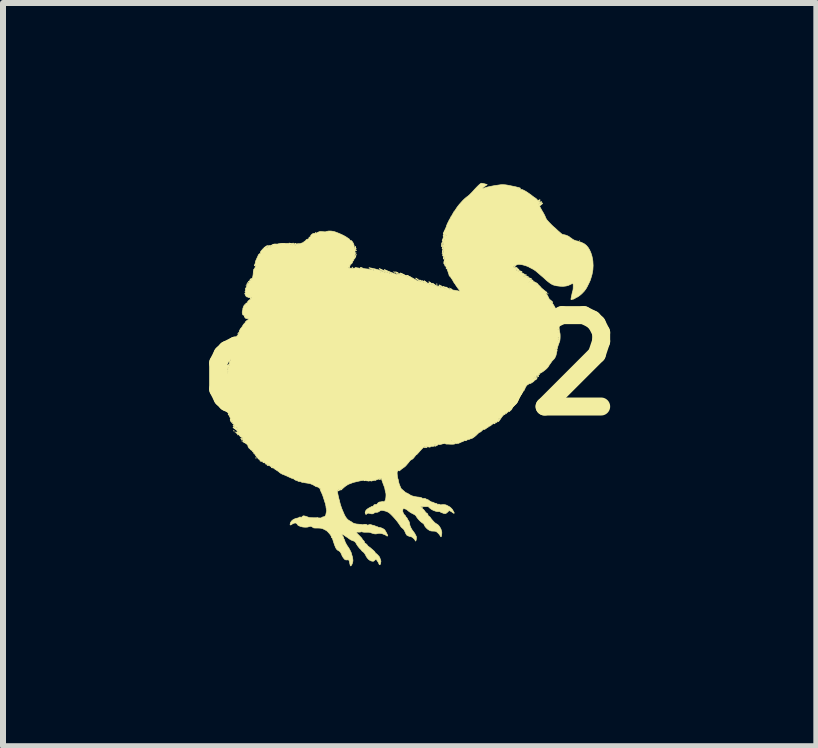
<source format=kicad_pcb>
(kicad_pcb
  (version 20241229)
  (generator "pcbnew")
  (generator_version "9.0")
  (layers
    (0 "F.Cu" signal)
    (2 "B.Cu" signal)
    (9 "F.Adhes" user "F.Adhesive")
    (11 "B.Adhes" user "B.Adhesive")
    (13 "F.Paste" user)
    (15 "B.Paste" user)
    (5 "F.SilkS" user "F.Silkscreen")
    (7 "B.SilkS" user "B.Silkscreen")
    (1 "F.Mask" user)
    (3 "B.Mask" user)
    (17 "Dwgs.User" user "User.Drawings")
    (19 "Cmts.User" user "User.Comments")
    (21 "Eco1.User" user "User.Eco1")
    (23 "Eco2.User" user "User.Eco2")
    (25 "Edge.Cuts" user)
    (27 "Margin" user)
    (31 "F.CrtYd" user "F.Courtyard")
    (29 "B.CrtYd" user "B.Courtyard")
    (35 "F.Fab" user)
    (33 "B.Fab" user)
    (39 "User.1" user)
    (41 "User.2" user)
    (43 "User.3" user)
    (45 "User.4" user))
  (footprint "dodo2"
    (layer "F.Cu")
    (at 3.781 3.039)
    (property "Reference" "dodo2" (at 0 0 0) (layer "F.SilkS") (effects (font (size 1.524 1.524) (thickness 0.3))))
    (attr through_hole)
    (fp_poly (pts (xy -2.933 1.028) (xy -2.935 1.03) (xy -2.937 1.028) (xy -2.935 1.025) (xy -2.933 1.028)) (stroke (width 0.01) (type solid)) (fill yes) (layer "F.SilkS"))
    (fp_poly (pts (xy 0.152 -1.434) (xy 0.15 -1.432) (xy 0.148 -1.434) (xy 0.15 -1.436) (xy 0.152 -1.434)) (stroke (width 0.01) (type solid)) (fill yes) (layer "F.SilkS"))
    (fp_poly (pts (xy 2.836 -2.076) (xy 2.833 -2.074) (xy 2.831 -2.076) (xy 2.833 -2.078) (xy 2.836 -2.076)) (stroke (width 0.01) (type solid)) (fill yes) (layer "F.SilkS"))
    (fp_poly (pts (xy -2.966 0.958) (xy -2.967 0.96) (xy -2.969 0.961) (xy -2.973 0.959) (xy -2.973 0.958) (xy -2.967 0.957) (xy -2.966 0.958)) (stroke (width 0.01) (type solid)) (fill yes) (layer "F.SilkS"))
    (fp_poly (pts (xy -2.911 1.11) (xy -2.91 1.115) (xy -2.911 1.116) (xy -2.914 1.115) (xy -2.914 1.113) (xy -2.912 1.109) (xy -2.911 1.11)) (stroke (width 0.01) (type solid)) (fill yes) (layer "F.SilkS"))
    (fp_poly (pts (xy -2.796 1.262) (xy -2.796 1.265) (xy -2.799 1.265) (xy -2.802 1.264) (xy -2.802 1.262) (xy -2.796 1.262) (xy -2.796 1.262)) (stroke (width 0.01) (type solid)) (fill yes) (layer "F.SilkS"))
    (fp_poly (pts (xy -1.539 2.537) (xy -1.54 2.54) (xy -1.542 2.54) (xy -1.546 2.538) (xy -1.546 2.537) (xy -1.54 2.536) (xy -1.539 2.537)) (stroke (width 0.01) (type solid)) (fill yes) (layer "F.SilkS"))
    (fp_poly (pts (xy 0.123 1.489) (xy 0.123 1.491) (xy 0.12 1.492) (xy 0.116 1.49) (xy 0.117 1.489) (xy 0.122 1.488) (xy 0.123 1.489)) (stroke (width 0.01) (type solid)) (fill yes) (layer "F.SilkS"))
    (fp_poly (pts (xy 0.22 2.371) (xy 0.219 2.373) (xy 0.217 2.374) (xy 0.213 2.372) (xy 0.214 2.371) (xy 0.219 2.37) (xy 0.22 2.371)) (stroke (width 0.01) (type solid)) (fill yes) (layer "F.SilkS"))
    (fp_poly (pts (xy -2.698 -1.377) (xy -2.697 -1.374) (xy -2.699 -1.368) (xy -2.703 -1.37) (xy -2.704 -1.371) (xy -2.703 -1.377) (xy -2.702 -1.378) (xy -2.698 -1.377)) (stroke (width 0.01) (type solid)) (fill yes) (layer "F.SilkS"))
    (fp_poly (pts (xy 0.618 -1.611) (xy 0.616 -1.607) (xy 0.61 -1.604) (xy 0.608 -1.606) (xy 0.608 -1.613) (xy 0.61 -1.614) (xy 0.616 -1.615) (xy 0.618 -1.611)) (stroke (width 0.01) (type solid)) (fill yes) (layer "F.SilkS"))
    (fp_poly (pts (xy 1.941 -1.511) (xy 1.944 -1.505) (xy 1.941 -1.503) (xy 1.935 -1.506) (xy 1.931 -1.511) (xy 1.932 -1.513) (xy 1.937 -1.513) (xy 1.941 -1.511)) (stroke (width 0.01) (type solid)) (fill yes) (layer "F.SilkS"))
    (fp_poly (pts (xy 2.133 0.195) (xy 2.13 0.199) (xy 2.125 0.201) (xy 2.123 0.199) (xy 2.123 0.193) (xy 2.125 0.192) (xy 2.131 0.19) (xy 2.133 0.195)) (stroke (width 0.01) (type solid)) (fill yes) (layer "F.SilkS"))
    (fp_poly (pts (xy -2.927 1.093) (xy -2.926 1.095) (xy -2.927 1.098) (xy -2.93 1.099) (xy -2.936 1.097) (xy -2.937 1.095) (xy -2.934 1.09) (xy -2.933 1.09) (xy -2.927 1.093)) (stroke (width 0.01) (type solid)) (fill yes) (layer "F.SilkS"))
    (fp_poly (pts (xy -2.868 1.157) (xy -2.863 1.161) (xy -2.863 1.162) (xy -2.867 1.164) (xy -2.868 1.164) (xy -2.872 1.16) (xy -2.873 1.159) (xy -2.87 1.156) (xy -2.868 1.157)) (stroke (width 0.01) (type solid)) (fill yes) (layer "F.SilkS"))
    (fp_poly (pts (xy -2.805 1.22) (xy -2.803 1.224) (xy -2.806 1.228) (xy -2.812 1.227) (xy -2.815 1.224) (xy -2.816 1.217) (xy -2.816 1.216) (xy -2.81 1.216) (xy -2.805 1.22)) (stroke (width 0.01) (type solid)) (fill yes) (layer "F.SilkS"))
    (fp_poly (pts (xy -2.722 -1.327) (xy -2.722 -1.325) (xy -2.727 -1.321) (xy -2.727 -1.321) (xy -2.729 -1.324) (xy -2.729 -1.325) (xy -2.726 -1.33) (xy -2.724 -1.33) (xy -2.722 -1.327)) (stroke (width 0.01) (type solid)) (fill yes) (layer "F.SilkS"))
    (fp_poly (pts (xy -2.559 1.546) (xy -2.558 1.547) (xy -2.562 1.552) (xy -2.563 1.552) (xy -2.568 1.548) (xy -2.568 1.547) (xy -2.564 1.543) (xy -2.563 1.542) (xy -2.559 1.546)) (stroke (width 0.01) (type solid)) (fill yes) (layer "F.SilkS"))
    (fp_poly (pts (xy -0.951 -1.631) (xy -0.951 -1.63) (xy -0.955 -1.626) (xy -0.956 -1.626) (xy -0.96 -1.629) (xy -0.961 -1.63) (xy -0.957 -1.635) (xy -0.956 -1.635) (xy -0.951 -1.631)) (stroke (width 0.01) (type solid)) (fill yes) (layer "F.SilkS"))
    (fp_poly (pts (xy -0.894 -1.876) (xy -0.895 -1.871) (xy -0.898 -1.863) (xy -0.903 -1.861) (xy -0.905 -1.866) (xy -0.904 -1.869) (xy -0.9 -1.877) (xy -0.897 -1.878) (xy -0.894 -1.876)) (stroke (width 0.01) (type solid)) (fill yes) (layer "F.SilkS"))
    (fp_poly (pts (xy -0.888 -1.849) (xy -0.889 -1.847) (xy -0.893 -1.843) (xy -0.894 -1.843) (xy -0.896 -1.846) (xy -0.896 -1.847) (xy -0.892 -1.852) (xy -0.891 -1.852) (xy -0.888 -1.849)) (stroke (width 0.01) (type solid)) (fill yes) (layer "F.SilkS"))
    (fp_poly (pts (xy -0.261 -1.559) (xy -0.255 -1.555) (xy -0.251 -1.549) (xy -0.254 -1.547) (xy -0.262 -1.551) (xy -0.263 -1.552) (xy -0.267 -1.557) (xy -0.266 -1.559) (xy -0.261 -1.559)) (stroke (width 0.01) (type solid)) (fill yes) (layer "F.SilkS"))
    (fp_poly (pts (xy -0.24 -1.545) (xy -0.236 -1.541) (xy -0.236 -1.54) (xy -0.239 -1.538) (xy -0.24 -1.538) (xy -0.245 -1.541) (xy -0.245 -1.543) (xy -0.242 -1.546) (xy -0.24 -1.545)) (stroke (width 0.01) (type solid)) (fill yes) (layer "F.SilkS"))
    (fp_poly (pts (xy -0.216 -1.534) (xy -0.215 -1.533) (xy -0.216 -1.529) (xy -0.219 -1.529) (xy -0.225 -1.531) (xy -0.226 -1.533) (xy -0.223 -1.538) (xy -0.222 -1.538) (xy -0.216 -1.534)) (stroke (width 0.01) (type solid)) (fill yes) (layer "F.SilkS"))
    (fp_poly (pts (xy 0.457 -1.354) (xy 0.457 -1.353) (xy 0.456 -1.349) (xy 0.455 -1.349) (xy 0.451 -1.352) (xy 0.45 -1.353) (xy 0.451 -1.357) (xy 0.452 -1.358) (xy 0.457 -1.354)) (stroke (width 0.01) (type solid)) (fill yes) (layer "F.SilkS"))
    (fp_poly (pts (xy 0.457 -1.336) (xy 0.457 -1.335) (xy 0.454 -1.33) (xy 0.453 -1.33) (xy 0.448 -1.334) (xy 0.448 -1.335) (xy 0.451 -1.339) (xy 0.453 -1.339) (xy 0.457 -1.336)) (stroke (width 0.01) (type solid)) (fill yes) (layer "F.SilkS"))
    (fp_poly (pts (xy 0.549 -1.862) (xy 0.55 -1.861) (xy 0.546 -1.857) (xy 0.545 -1.857) (xy 0.54 -1.86) (xy 0.54 -1.861) (xy 0.544 -1.866) (xy 0.545 -1.866) (xy 0.549 -1.862)) (stroke (width 0.01) (type solid)) (fill yes) (layer "F.SilkS"))
    (fp_poly (pts (xy 0.665 -1.285) (xy 0.665 -1.284) (xy 0.663 -1.279) (xy 0.663 -1.279) (xy 0.659 -1.282) (xy 0.658 -1.284) (xy 0.658 -1.288) (xy 0.66 -1.288) (xy 0.665 -1.285)) (stroke (width 0.01) (type solid)) (fill yes) (layer "F.SilkS"))
    (fp_poly (pts (xy 2.304 -1.194) (xy 2.309 -1.19) (xy 2.309 -1.189) (xy 2.306 -1.187) (xy 2.304 -1.187) (xy 2.3 -1.19) (xy 2.3 -1.192) (xy 2.303 -1.195) (xy 2.304 -1.194)) (stroke (width 0.01) (type solid)) (fill yes) (layer "F.SilkS"))
    (fp_poly (pts (xy 0.158 -1.417) (xy 0.165 -1.412) (xy 0.166 -1.408) (xy 0.163 -1.404) (xy 0.155 -1.407) (xy 0.15 -1.41) (xy 0.144 -1.417) (xy 0.144 -1.42) (xy 0.15 -1.421) (xy 0.158 -1.417)) (stroke (width 0.01) (type solid)) (fill yes) (layer "F.SilkS"))
    (fp_poly (pts (xy -2.847 -0.544) (xy -2.848 -0.539) (xy -2.853 -0.533) (xy -2.86 -0.528) (xy -2.865 -0.526) (xy -2.866 -0.529) (xy -2.861 -0.536) (xy -2.86 -0.537) (xy -2.852 -0.543) (xy -2.847 -0.544) (xy -2.847 -0.544)) (stroke (width 0.01) (type solid)) (fill yes) (layer "F.SilkS"))
    (fp_poly (pts (xy 0.107 -1.452) (xy 0.12 -1.444) (xy 0.131 -1.435) (xy 0.138 -1.428) (xy 0.139 -1.426) (xy 0.137 -1.423) (xy 0.13 -1.425) (xy 0.117 -1.433) (xy 0.117 -1.433) (xy 0.109 -1.44) (xy 0.103 -1.447) (xy 0.101 -1.452) (xy 0.103 -1.454) (xy 0.107 -1.452)) (stroke (width 0.01) (type solid)) (fill yes) (layer "F.SilkS"))
    (fp_poly (pts (xy -0.223 -1.554) (xy -0.211 -1.549) (xy -0.199 -1.543) (xy -0.19 -1.537) (xy -0.185 -1.533) (xy -0.185 -1.532) (xy -0.188 -1.529) (xy -0.198 -1.531) (xy -0.213 -1.539) (xy -0.216 -1.54) (xy -0.227 -1.548) (xy -0.234 -1.554) (xy -0.236 -1.557) (xy -0.232 -1.557) (xy -0.223 -1.554)) (stroke (width 0.01) (type solid)) (fill yes) (layer "F.SilkS"))
    (fp_poly (pts (xy 1.207 -3.033) (xy 1.221 -3.03) (xy 1.238 -3.027) (xy 1.256 -3.022) (xy 1.273 -3.018) (xy 1.286 -3.014) (xy 1.293 -3.012) (xy 1.293 -3.011) (xy 1.289 -3.007) (xy 1.28 -3) (xy 1.266 -2.99) (xy 1.257 -2.985) (xy 1.24 -2.973) (xy 1.225 -2.962) (xy 1.215 -2.953) (xy 1.212 -2.951) (xy 1.208 -2.946) (xy 1.206 -2.943) (xy 1.207 -2.942) (xy 1.213 -2.944) (xy 1.225 -2.947) (xy 1.244 -2.954) (xy 1.256 -2.958) (xy 1.288 -2.968) (xy 1.327 -2.977) (xy 1.372 -2.986) (xy 1.42 -2.995) (xy 1.47 -3.002) (xy 1.52 -3.009) (xy 1.526 -3.009) (xy 1.544 -3.01) (xy 1.567 -3.009) (xy 1.59 -3.008) (xy 1.598 -3.007) (xy 1.62 -3.004) (xy 1.648 -2.999) (xy 1.681 -2.992) (xy 1.716 -2.985) (xy 1.751 -2.978) (xy 1.784 -2.97) (xy 1.812 -2.963) (xy 1.817 -2.962) (xy 1.835 -2.956) (xy 1.846 -2.952) (xy 1.85 -2.949) (xy 1.846 -2.947) (xy 1.833 -2.948) (xy 1.831 -2.949) (xy 1.819 -2.95) (xy 1.812 -2.95) (xy 1.811 -2.948) (xy 1.818 -2.945) (xy 1.831 -2.94) (xy 1.846 -2.934) (xy 1.861 -2.93) (xy 1.872 -2.928) (xy 1.873 -2.928) (xy 1.885 -2.925) (xy 1.902 -2.917) (xy 1.925 -2.905) (xy 1.95 -2.89) (xy 1.978 -2.871) (xy 2.004 -2.853) (xy 2.024 -2.839) (xy 2.041 -2.825) (xy 2.055 -2.815) (xy 2.064 -2.808) (xy 2.065 -2.807) (xy 2.075 -2.799) (xy 2.087 -2.792) (xy 2.1 -2.784) (xy 2.112 -2.774) (xy 2.122 -2.764) (xy 2.127 -2.757) (xy 2.127 -2.754) (xy 2.129 -2.751) (xy 2.137 -2.751) (xy 2.145 -2.752) (xy 2.147 -2.749) (xy 2.146 -2.739) (xy 2.144 -2.728) (xy 2.146 -2.726) (xy 2.15 -2.732) (xy 2.155 -2.742) (xy 2.163 -2.755) (xy 2.169 -2.761) (xy 2.173 -2.76) (xy 2.174 -2.752) (xy 2.173 -2.747) (xy 2.169 -2.735) (xy 2.165 -2.726) (xy 2.165 -2.726) (xy 2.162 -2.721) (xy 2.164 -2.72) (xy 2.164 -2.717) (xy 2.16 -2.709) (xy 2.159 -2.709) (xy 2.155 -2.7) (xy 2.156 -2.697) (xy 2.161 -2.7) (xy 2.168 -2.708) (xy 2.173 -2.713) (xy 2.184 -2.725) (xy 2.193 -2.729) (xy 2.2 -2.725) (xy 2.201 -2.722) (xy 2.2 -2.713) (xy 2.192 -2.703) (xy 2.183 -2.694) (xy 2.182 -2.689) (xy 2.187 -2.69) (xy 2.196 -2.696) (xy 2.208 -2.704) (xy 2.215 -2.705) (xy 2.217 -2.7) (xy 2.213 -2.693) (xy 2.205 -2.684) (xy 2.2 -2.68) (xy 2.188 -2.67) (xy 2.177 -2.662) (xy 2.174 -2.66) (xy 2.17 -2.656) (xy 2.169 -2.652) (xy 2.17 -2.646) (xy 2.174 -2.637) (xy 2.182 -2.621) (xy 2.189 -2.609) (xy 2.201 -2.587) (xy 2.214 -2.565) (xy 2.226 -2.545) (xy 2.23 -2.537) (xy 2.24 -2.52) (xy 2.252 -2.497) (xy 2.262 -2.474) (xy 2.265 -2.468) (xy 2.271 -2.452) (xy 2.278 -2.439) (xy 2.285 -2.428) (xy 2.295 -2.415) (xy 2.308 -2.401) (xy 2.325 -2.382) (xy 2.338 -2.369) (xy 2.357 -2.349) (xy 2.375 -2.331) (xy 2.391 -2.316) (xy 2.403 -2.305) (xy 2.408 -2.301) (xy 2.419 -2.292) (xy 2.433 -2.28) (xy 2.447 -2.266) (xy 2.448 -2.266) (xy 2.463 -2.251) (xy 2.482 -2.234) (xy 2.502 -2.217) (xy 2.509 -2.211) (xy 2.525 -2.196) (xy 2.538 -2.187) (xy 2.548 -2.181) (xy 2.559 -2.178) (xy 2.574 -2.176) (xy 2.575 -2.175) (xy 2.598 -2.17) (xy 2.623 -2.161) (xy 2.647 -2.15) (xy 2.666 -2.138) (xy 2.675 -2.13) (xy 2.683 -2.123) (xy 2.69 -2.12) (xy 2.697 -2.117) (xy 2.704 -2.11) (xy 2.717 -2.1) (xy 2.736 -2.089) (xy 2.757 -2.08) (xy 2.778 -2.073) (xy 2.787 -2.071) (xy 2.801 -2.069) (xy 2.812 -2.066) (xy 2.815 -2.065) (xy 2.822 -2.061) (xy 2.834 -2.057) (xy 2.84 -2.055) (xy 2.854 -2.051) (xy 2.865 -2.047) (xy 2.868 -2.045) (xy 2.878 -2.04) (xy 2.882 -2.039) (xy 2.916 -2.021) (xy 2.948 -1.995) (xy 2.976 -1.962) (xy 3.001 -1.921) (xy 3.022 -1.874) (xy 3.039 -1.821) (xy 3.051 -1.763) (xy 3.055 -1.736) (xy 3.059 -1.661) (xy 3.055 -1.587) (xy 3.041 -1.513) (xy 3.022 -1.448) (xy 3.017 -1.433) (xy 3.013 -1.42) (xy 3.011 -1.415) (xy 3.008 -1.407) (xy 3.001 -1.392) (xy 2.992 -1.372) (xy 2.981 -1.35) (xy 2.97 -1.328) (xy 2.961 -1.309) (xy 2.939 -1.271) (xy 2.912 -1.235) (xy 2.879 -1.2) (xy 2.862 -1.184) (xy 2.843 -1.168) (xy 2.825 -1.154) (xy 2.807 -1.142) (xy 2.794 -1.134) (xy 2.785 -1.131) (xy 2.785 -1.131) (xy 2.78 -1.129) (xy 2.77 -1.123) (xy 2.759 -1.115) (xy 2.739 -1.104) (xy 2.722 -1.099) (xy 2.72 -1.099) (xy 2.707 -1.098) (xy 2.699 -1.094) (xy 2.698 -1.094) (xy 2.693 -1.091) (xy 2.69 -1.096) (xy 2.69 -1.109) (xy 2.694 -1.129) (xy 2.696 -1.142) (xy 2.701 -1.162) (xy 2.705 -1.181) (xy 2.708 -1.196) (xy 2.709 -1.198) (xy 2.712 -1.216) (xy 2.718 -1.233) (xy 2.719 -1.235) (xy 2.723 -1.252) (xy 2.726 -1.276) (xy 2.727 -1.306) (xy 2.727 -1.331) (xy 2.726 -1.349) (xy 2.723 -1.358) (xy 2.717 -1.361) (xy 2.708 -1.359) (xy 2.693 -1.352) (xy 2.689 -1.35) (xy 2.649 -1.331) (xy 2.609 -1.32) (xy 2.566 -1.315) (xy 2.542 -1.315) (xy 2.51 -1.316) (xy 2.475 -1.32) (xy 2.442 -1.325) (xy 2.432 -1.328) (xy 2.526 -1.328) (xy 2.528 -1.325) (xy 2.531 -1.328) (xy 2.528 -1.33) (xy 2.526 -1.328) (xy 2.432 -1.328) (xy 2.412 -1.332) (xy 2.387 -1.34) (xy 2.377 -1.345) (xy 2.358 -1.356) (xy 2.334 -1.372) (xy 2.308 -1.392) (xy 2.282 -1.413) (xy 2.257 -1.436) (xy 2.257 -1.436) (xy 2.24 -1.452) (xy 2.223 -1.467) (xy 2.209 -1.479) (xy 2.204 -1.483) (xy 2.193 -1.492) (xy 2.177 -1.506) (xy 2.159 -1.522) (xy 2.14 -1.538) (xy 2.118 -1.557) (xy 2.1 -1.572) (xy 2.084 -1.583) (xy 2.067 -1.594) (xy 2.046 -1.606) (xy 2.025 -1.617) (xy 2.008 -1.625) (xy 1.994 -1.633) (xy 1.985 -1.638) (xy 1.984 -1.639) (xy 1.974 -1.644) (xy 1.958 -1.65) (xy 1.938 -1.657) (xy 1.916 -1.664) (xy 1.894 -1.67) (xy 1.878 -1.674) (xy 1.844 -1.679) (xy 1.817 -1.681) (xy 1.795 -1.678) (xy 1.779 -1.67) (xy 1.766 -1.658) (xy 1.762 -1.652) (xy 1.753 -1.641) (xy 1.747 -1.638) (xy 1.745 -1.639) (xy 1.742 -1.645) (xy 1.746 -1.651) (xy 1.75 -1.658) (xy 1.748 -1.66) (xy 1.741 -1.656) (xy 1.737 -1.653) (xy 1.73 -1.646) (xy 1.729 -1.641) (xy 1.733 -1.636) (xy 1.742 -1.631) (xy 1.756 -1.63) (xy 1.767 -1.63) (xy 1.781 -1.63) (xy 1.789 -1.629) (xy 1.791 -1.625) (xy 1.791 -1.623) (xy 1.794 -1.615) (xy 1.806 -1.607) (xy 1.807 -1.606) (xy 1.819 -1.598) (xy 1.824 -1.592) (xy 1.82 -1.589) (xy 1.814 -1.588) (xy 1.808 -1.588) (xy 1.809 -1.586) (xy 1.817 -1.582) (xy 1.83 -1.576) (xy 1.847 -1.57) (xy 1.853 -1.568) (xy 1.866 -1.562) (xy 1.873 -1.557) (xy 1.875 -1.554) (xy 1.87 -1.553) (xy 1.863 -1.555) (xy 1.854 -1.556) (xy 1.853 -1.554) (xy 1.86 -1.548) (xy 1.873 -1.54) (xy 1.886 -1.533) (xy 1.904 -1.524) (xy 1.914 -1.516) (xy 1.917 -1.512) (xy 1.911 -1.51) (xy 1.909 -1.509) (xy 1.913 -1.505) (xy 1.924 -1.499) (xy 1.939 -1.492) (xy 1.952 -1.487) (xy 1.969 -1.48) (xy 1.979 -1.474) (xy 1.981 -1.47) (xy 1.974 -1.469) (xy 1.972 -1.469) (xy 1.965 -1.467) (xy 1.965 -1.464) (xy 1.972 -1.46) (xy 1.975 -1.459) (xy 1.985 -1.458) (xy 1.999 -1.455) (xy 2.013 -1.45) (xy 2.025 -1.445) (xy 2.031 -1.441) (xy 2.032 -1.44) (xy 2.028 -1.437) (xy 2.02 -1.438) (xy 2.011 -1.44) (xy 2.008 -1.438) (xy 2.012 -1.434) (xy 2.021 -1.429) (xy 2.034 -1.424) (xy 2.034 -1.424) (xy 2.049 -1.419) (xy 2.058 -1.414) (xy 2.059 -1.41) (xy 2.054 -1.409) (xy 2.045 -1.411) (xy 2.03 -1.413) (xy 2.046 -1.405) (xy 2.06 -1.399) (xy 2.077 -1.391) (xy 2.083 -1.388) (xy 2.102 -1.379) (xy 2.118 -1.369) (xy 2.131 -1.36) (xy 2.138 -1.353) (xy 2.138 -1.351) (xy 2.141 -1.346) (xy 2.15 -1.337) (xy 2.162 -1.325) (xy 2.164 -1.324) (xy 2.176 -1.312) (xy 2.185 -1.302) (xy 2.189 -1.296) (xy 2.189 -1.296) (xy 2.193 -1.292) (xy 2.202 -1.283) (xy 2.216 -1.271) (xy 2.233 -1.257) (xy 2.251 -1.242) (xy 2.27 -1.228) (xy 2.284 -1.217) (xy 2.29 -1.211) (xy 2.288 -1.207) (xy 2.281 -1.208) (xy 2.277 -1.21) (xy 2.27 -1.213) (xy 2.27 -1.211) (xy 2.273 -1.205) (xy 2.278 -1.196) (xy 2.286 -1.181) (xy 2.296 -1.165) (xy 2.298 -1.161) (xy 2.307 -1.145) (xy 2.315 -1.129) (xy 2.32 -1.118) (xy 2.32 -1.117) (xy 2.325 -1.107) (xy 2.337 -1.095) (xy 2.347 -1.086) (xy 2.364 -1.072) (xy 2.377 -1.06) (xy 2.385 -1.051) (xy 2.387 -1.046) (xy 2.384 -1.045) (xy 2.374 -1.05) (xy 2.359 -1.06) (xy 2.359 -1.06) (xy 2.334 -1.078) (xy 2.365 -1.046) (xy 2.383 -1.027) (xy 2.398 -1.007) (xy 2.412 -0.983) (xy 2.422 -0.965) (xy 2.432 -0.944) (xy 2.44 -0.924) (xy 2.446 -0.909) (xy 2.448 -0.9) (xy 2.449 -0.891) (xy 2.452 -0.887) (xy 2.452 -0.887) (xy 2.455 -0.883) (xy 2.459 -0.872) (xy 2.463 -0.856) (xy 2.468 -0.839) (xy 2.471 -0.821) (xy 2.473 -0.807) (xy 2.473 -0.805) (xy 2.474 -0.792) (xy 2.477 -0.782) (xy 2.478 -0.781) (xy 2.478 -0.774) (xy 2.475 -0.771) (xy 2.472 -0.767) (xy 2.475 -0.76) (xy 2.48 -0.755) (xy 2.487 -0.746) (xy 2.487 -0.74) (xy 2.486 -0.738) (xy 2.483 -0.732) (xy 2.487 -0.723) (xy 2.492 -0.708) (xy 2.496 -0.688) (xy 2.496 -0.666) (xy 2.494 -0.648) (xy 2.492 -0.631) (xy 2.493 -0.606) (xy 2.497 -0.577) (xy 2.503 -0.545) (xy 2.506 -0.533) (xy 2.508 -0.517) (xy 2.509 -0.494) (xy 2.509 -0.469) (xy 2.508 -0.444) (xy 2.506 -0.421) (xy 2.503 -0.403) (xy 2.501 -0.397) (xy 2.49 -0.368) (xy 2.481 -0.342) (xy 2.473 -0.321) (xy 2.468 -0.304) (xy 2.466 -0.295) (xy 2.466 -0.295) (xy 2.465 -0.285) (xy 2.461 -0.274) (xy 2.457 -0.266) (xy 2.454 -0.266) (xy 2.452 -0.268) (xy 2.445 -0.272) (xy 2.441 -0.271) (xy 2.436 -0.266) (xy 2.438 -0.261) (xy 2.446 -0.259) (xy 2.448 -0.259) (xy 2.455 -0.257) (xy 2.459 -0.252) (xy 2.458 -0.241) (xy 2.454 -0.226) (xy 2.45 -0.208) (xy 2.446 -0.192) (xy 2.445 -0.185) (xy 2.442 -0.171) (xy 2.439 -0.16) (xy 2.438 -0.159) (xy 2.427 -0.133) (xy 2.416 -0.113) (xy 2.404 -0.099) (xy 2.395 -0.09) (xy 2.382 -0.077) (xy 2.371 -0.064) (xy 2.367 -0.058) (xy 2.36 -0.047) (xy 2.349 -0.032) (xy 2.337 -0.015) (xy 2.336 -0.013) (xy 2.325 0.002) (xy 2.318 0.014) (xy 2.314 0.021) (xy 2.314 0.022) (xy 2.311 0.027) (xy 2.302 0.037) (xy 2.291 0.05) (xy 2.283 0.058) (xy 2.268 0.072) (xy 2.25 0.086) (xy 2.231 0.101) (xy 2.212 0.114) (xy 2.194 0.125) (xy 2.179 0.133) (xy 2.169 0.137) (xy 2.166 0.136) (xy 2.16 0.137) (xy 2.159 0.139) (xy 2.159 0.145) (xy 2.162 0.148) (xy 2.166 0.153) (xy 2.163 0.157) (xy 2.158 0.159) (xy 2.151 0.153) (xy 2.151 0.152) (xy 2.145 0.146) (xy 2.14 0.148) (xy 2.141 0.155) (xy 2.143 0.157) (xy 2.147 0.164) (xy 2.146 0.169) (xy 2.146 0.178) (xy 2.148 0.181) (xy 2.152 0.185) (xy 2.149 0.19) (xy 2.142 0.193) (xy 2.138 0.188) (xy 2.137 0.178) (xy 2.135 0.168) (xy 2.131 0.167) (xy 2.127 0.173) (xy 2.122 0.178) (xy 2.118 0.177) (xy 2.111 0.178) (xy 2.108 0.18) (xy 2.109 0.184) (xy 2.111 0.185) (xy 2.114 0.188) (xy 2.112 0.197) (xy 2.106 0.209) (xy 2.098 0.221) (xy 2.091 0.231) (xy 2.088 0.237) (xy 2.089 0.238) (xy 2.092 0.236) (xy 2.099 0.229) (xy 2.103 0.224) (xy 2.114 0.212) (xy 2.121 0.208) (xy 2.124 0.213) (xy 2.124 0.216) (xy 2.121 0.225) (xy 2.113 0.234) (xy 2.103 0.243) (xy 2.094 0.248) (xy 2.09 0.248) (xy 2.084 0.25) (xy 2.078 0.258) (xy 2.071 0.269) (xy 2.058 0.279) (xy 2.054 0.282) (xy 2.04 0.29) (xy 2.029 0.297) (xy 2.026 0.3) (xy 2.015 0.305) (xy 2.004 0.308) (xy 1.99 0.311) (xy 1.979 0.318) (xy 1.971 0.325) (xy 1.964 0.328) (xy 1.958 0.332) (xy 1.949 0.342) (xy 1.94 0.355) (xy 1.931 0.37) (xy 1.928 0.377) (xy 1.918 0.4) (xy 1.91 0.417) (xy 1.905 0.426) (xy 1.901 0.429) (xy 1.9 0.429) (xy 1.895 0.433) (xy 1.889 0.443) (xy 1.886 0.449) (xy 1.877 0.464) (xy 1.866 0.481) (xy 1.859 0.492) (xy 1.847 0.509) (xy 1.834 0.529) (xy 1.827 0.542) (xy 1.817 0.559) (xy 1.803 0.578) (xy 1.789 0.596) (xy 1.787 0.598) (xy 1.769 0.62) (xy 1.758 0.64) (xy 1.755 0.649) (xy 1.75 0.663) (xy 1.744 0.671) (xy 1.741 0.673) (xy 1.734 0.678) (xy 1.725 0.69) (xy 1.715 0.706) (xy 1.707 0.723) (xy 1.704 0.731) (xy 1.698 0.742) (xy 1.692 0.748) (xy 1.69 0.748) (xy 1.683 0.752) (xy 1.675 0.76) (xy 1.674 0.762) (xy 1.666 0.772) (xy 1.661 0.775) (xy 1.661 0.772) (xy 1.665 0.762) (xy 1.67 0.75) (xy 1.67 0.745) (xy 1.666 0.748) (xy 1.659 0.758) (xy 1.656 0.762) (xy 1.647 0.774) (xy 1.638 0.782) (xy 1.635 0.784) (xy 1.626 0.789) (xy 1.618 0.798) (xy 1.613 0.806) (xy 1.609 0.806) (xy 1.607 0.801) (xy 1.605 0.796) (xy 1.601 0.798) (xy 1.596 0.807) (xy 1.596 0.808) (xy 1.589 0.821) (xy 1.585 0.826) (xy 1.582 0.826) (xy 1.58 0.823) (xy 1.575 0.823) (xy 1.566 0.83) (xy 1.554 0.843) (xy 1.539 0.861) (xy 1.523 0.884) (xy 1.513 0.899) (xy 1.502 0.915) (xy 1.492 0.929) (xy 1.485 0.937) (xy 1.483 0.939) (xy 1.478 0.942) (xy 1.478 0.938) (xy 1.479 0.933) (xy 1.48 0.927) (xy 1.477 0.928) (xy 1.471 0.934) (xy 1.464 0.941) (xy 1.453 0.953) (xy 1.446 0.957) (xy 1.444 0.955) (xy 1.44 0.953) (xy 1.433 0.959) (xy 1.429 0.964) (xy 1.419 0.974) (xy 1.412 0.979) (xy 1.41 0.977) (xy 1.413 0.97) (xy 1.416 0.963) (xy 1.414 0.961) (xy 1.409 0.964) (xy 1.403 0.97) (xy 1.395 0.977) (xy 1.389 0.979) (xy 1.382 0.982) (xy 1.372 0.99) (xy 1.36 1) (xy 1.345 1.012) (xy 1.333 1.018) (xy 1.329 1.018) (xy 1.32 1.02) (xy 1.314 1.027) (xy 1.307 1.036) (xy 1.301 1.039) (xy 1.295 1.042) (xy 1.284 1.048) (xy 1.28 1.052) (xy 1.261 1.065) (xy 1.248 1.072) (xy 1.24 1.073) (xy 1.237 1.071) (xy 1.232 1.071) (xy 1.221 1.078) (xy 1.209 1.088) (xy 1.197 1.1) (xy 1.187 1.109) (xy 1.182 1.113) (xy 1.182 1.113) (xy 1.176 1.116) (xy 1.167 1.119) (xy 1.158 1.124) (xy 1.144 1.135) (xy 1.129 1.149) (xy 1.124 1.155) (xy 1.105 1.173) (xy 1.085 1.19) (xy 1.065 1.205) (xy 1.048 1.216) (xy 1.033 1.223) (xy 1.028 1.224) (xy 1.018 1.226) (xy 1.005 1.232) (xy 1.003 1.233) (xy 0.992 1.238) (xy 0.983 1.24) (xy 0.981 1.239) (xy 0.973 1.24) (xy 0.962 1.245) (xy 0.956 1.249) (xy 0.941 1.258) (xy 0.933 1.26) (xy 0.93 1.257) (xy 0.932 1.253) (xy 0.933 1.247) (xy 0.931 1.248) (xy 0.927 1.253) (xy 0.917 1.259) (xy 0.91 1.261) (xy 0.901 1.264) (xy 0.893 1.27) (xy 0.885 1.276) (xy 0.878 1.277) (xy 0.871 1.278) (xy 0.859 1.283) (xy 0.844 1.29) (xy 0.843 1.291) (xy 0.827 1.298) (xy 0.815 1.303) (xy 0.807 1.305) (xy 0.807 1.304) (xy 0.798 1.304) (xy 0.789 1.306) (xy 0.779 1.309) (xy 0.775 1.305) (xy 0.774 1.303) (xy 0.771 1.298) (xy 0.767 1.301) (xy 0.765 1.303) (xy 0.759 1.31) (xy 0.75 1.314) (xy 0.737 1.317) (xy 0.719 1.318) (xy 0.693 1.318) (xy 0.686 1.318) (xy 0.663 1.317) (xy 0.641 1.316) (xy 0.625 1.316) (xy 0.615 1.316) (xy 0.605 1.315) (xy 0.6 1.312) (xy 0.6 1.312) (xy 0.597 1.307) (xy 0.593 1.305) (xy 0.587 1.304) (xy 0.578 1.305) (xy 0.565 1.308) (xy 0.545 1.313) (xy 0.525 1.319) (xy 0.509 1.323) (xy 0.5 1.325) (xy 0.494 1.324) (xy 0.49 1.32) (xy 0.488 1.318) (xy 0.482 1.314) (xy 0.479 1.318) (xy 0.478 1.321) (xy 0.473 1.327) (xy 0.463 1.334) (xy 0.45 1.342) (xy 0.437 1.348) (xy 0.426 1.352) (xy 0.421 1.351) (xy 0.421 1.345) (xy 0.424 1.339) (xy 0.429 1.329) (xy 0.427 1.324) (xy 0.418 1.324) (xy 0.41 1.327) (xy 0.41 1.332) (xy 0.412 1.335) (xy 0.415 1.342) (xy 0.413 1.347) (xy 0.403 1.351) (xy 0.394 1.353) (xy 0.38 1.355) (xy 0.374 1.352) (xy 0.368 1.351) (xy 0.357 1.357) (xy 0.353 1.359) (xy 0.341 1.366) (xy 0.332 1.368) (xy 0.331 1.367) (xy 0.323 1.365) (xy 0.32 1.366) (xy 0.315 1.365) (xy 0.315 1.36) (xy 0.32 1.354) (xy 0.323 1.349) (xy 0.321 1.349) (xy 0.314 1.352) (xy 0.303 1.358) (xy 0.298 1.362) (xy 0.285 1.371) (xy 0.277 1.375) (xy 0.274 1.375) (xy 0.278 1.369) (xy 0.279 1.367) (xy 0.285 1.36) (xy 0.284 1.358) (xy 0.276 1.362) (xy 0.266 1.37) (xy 0.255 1.376) (xy 0.248 1.377) (xy 0.247 1.377) (xy 0.249 1.371) (xy 0.256 1.364) (xy 0.256 1.364) (xy 0.264 1.358) (xy 0.266 1.354) (xy 0.266 1.354) (xy 0.261 1.355) (xy 0.257 1.357) (xy 0.249 1.361) (xy 0.246 1.361) (xy 0.241 1.363) (xy 0.231 1.37) (xy 0.218 1.383) (xy 0.202 1.398) (xy 0.186 1.416) (xy 0.169 1.434) (xy 0.16 1.445) (xy 0.147 1.46) (xy 0.135 1.473) (xy 0.125 1.48) (xy 0.124 1.481) (xy 0.115 1.488) (xy 0.104 1.5) (xy 0.092 1.515) (xy 0.091 1.516) (xy 0.072 1.54) (xy 0.056 1.558) (xy 0.04 1.57) (xy 0.027 1.577) (xy 0.014 1.585) (xy 0.003 1.595) (xy 0.002 1.597) (xy -0.006 1.608) (xy -0.018 1.624) (xy -0.033 1.641) (xy -0.048 1.659) (xy -0.061 1.674) (xy -0.073 1.686) (xy -0.08 1.693) (xy -0.108 1.713) (xy -0.132 1.73) (xy -0.149 1.744) (xy -0.16 1.753) (xy -0.16 1.754) (xy -0.17 1.762) (xy -0.176 1.764) (xy -0.178 1.76) (xy -0.177 1.757) (xy -0.177 1.753) (xy -0.182 1.755) (xy -0.191 1.76) (xy -0.2 1.766) (xy -0.206 1.774) (xy -0.208 1.785) (xy -0.209 1.793) (xy -0.209 1.809) (xy -0.207 1.83) (xy -0.205 1.852) (xy -0.201 1.873) (xy -0.198 1.889) (xy -0.194 1.899) (xy -0.191 1.908) (xy -0.188 1.922) (xy -0.187 1.929) (xy -0.184 1.946) (xy -0.179 1.967) (xy -0.171 1.99) (xy -0.162 2.013) (xy -0.153 2.034) (xy -0.145 2.052) (xy -0.137 2.064) (xy -0.132 2.068) (xy -0.127 2.072) (xy -0.117 2.08) (xy -0.104 2.092) (xy -0.089 2.104) (xy -0.075 2.117) (xy -0.069 2.122) (xy -0.06 2.128) (xy -0.056 2.129) (xy -0.048 2.131) (xy -0.035 2.138) (xy -0.019 2.147) (xy -0.001 2.158) (xy 0.008 2.164) (xy 0.028 2.175) (xy 0.056 2.184) (xy 0.089 2.192) (xy 0.125 2.198) (xy 0.148 2.2) (xy 0.17 2.203) (xy 0.19 2.208) (xy 0.204 2.214) (xy 0.212 2.22) (xy 0.217 2.225) (xy 0.225 2.224) (xy 0.229 2.223) (xy 0.247 2.221) (xy 0.265 2.226) (xy 0.277 2.233) (xy 0.288 2.239) (xy 0.295 2.24) (xy 0.304 2.243) (xy 0.316 2.25) (xy 0.32 2.254) (xy 0.331 2.262) (xy 0.339 2.267) (xy 0.341 2.268) (xy 0.347 2.27) (xy 0.357 2.277) (xy 0.357 2.277) (xy 0.369 2.283) (xy 0.378 2.284) (xy 0.388 2.285) (xy 0.399 2.291) (xy 0.412 2.298) (xy 0.428 2.303) (xy 0.432 2.303) (xy 0.45 2.308) (xy 0.46 2.315) (xy 0.466 2.322) (xy 0.474 2.321) (xy 0.477 2.32) (xy 0.487 2.317) (xy 0.497 2.32) (xy 0.502 2.323) (xy 0.513 2.329) (xy 0.523 2.329) (xy 0.533 2.327) (xy 0.558 2.324) (xy 0.588 2.327) (xy 0.599 2.329) (xy 0.611 2.333) (xy 0.627 2.341) (xy 0.646 2.351) (xy 0.664 2.361) (xy 0.672 2.366) (xy 0.683 2.375) (xy 0.695 2.387) (xy 0.706 2.399) (xy 0.716 2.411) (xy 0.72 2.419) (xy 0.72 2.42) (xy 0.723 2.426) (xy 0.729 2.436) (xy 0.732 2.441) (xy 0.741 2.457) (xy 0.743 2.467) (xy 0.739 2.471) (xy 0.729 2.467) (xy 0.716 2.458) (xy 0.7 2.446) (xy 0.683 2.436) (xy 0.669 2.429) (xy 0.658 2.427) (xy 0.652 2.428) (xy 0.651 2.43) (xy 0.647 2.436) (xy 0.638 2.445) (xy 0.626 2.456) (xy 0.625 2.456) (xy 0.612 2.467) (xy 0.602 2.473) (xy 0.593 2.475) (xy 0.582 2.474) (xy 0.579 2.474) (xy 0.565 2.471) (xy 0.555 2.468) (xy 0.552 2.466) (xy 0.544 2.462) (xy 0.539 2.461) (xy 0.529 2.459) (xy 0.517 2.452) (xy 0.515 2.45) (xy 0.502 2.443) (xy 0.489 2.441) (xy 0.482 2.442) (xy 0.459 2.441) (xy 0.433 2.435) (xy 0.404 2.425) (xy 0.376 2.412) (xy 0.351 2.396) (xy 0.331 2.38) (xy 0.31 2.359) (xy 0.244 2.358) (xy 0.218 2.358) (xy 0.2 2.358) (xy 0.189 2.359) (xy 0.184 2.36) (xy 0.184 2.361) (xy 0.188 2.364) (xy 0.19 2.366) (xy 0.201 2.375) (xy 0.208 2.385) (xy 0.216 2.395) (xy 0.226 2.403) (xy 0.234 2.41) (xy 0.245 2.423) (xy 0.254 2.436) (xy 0.265 2.451) (xy 0.276 2.462) (xy 0.283 2.467) (xy 0.298 2.477) (xy 0.305 2.494) (xy 0.306 2.501) (xy 0.311 2.512) (xy 0.323 2.52) (xy 0.336 2.529) (xy 0.346 2.541) (xy 0.346 2.542) (xy 0.352 2.552) (xy 0.362 2.564) (xy 0.376 2.581) (xy 0.396 2.603) (xy 0.413 2.621) (xy 0.425 2.631) (xy 0.441 2.642) (xy 0.453 2.649) (xy 0.468 2.659) (xy 0.481 2.67) (xy 0.494 2.687) (xy 0.5 2.695) (xy 0.51 2.712) (xy 0.519 2.728) (xy 0.524 2.741) (xy 0.525 2.743) (xy 0.528 2.757) (xy 0.532 2.768) (xy 0.532 2.768) (xy 0.535 2.779) (xy 0.536 2.794) (xy 0.535 2.812) (xy 0.533 2.83) (xy 0.53 2.846) (xy 0.527 2.858) (xy 0.522 2.863) (xy 0.522 2.863) (xy 0.518 2.86) (xy 0.514 2.853) (xy 0.504 2.837) (xy 0.49 2.818) (xy 0.473 2.8) (xy 0.456 2.785) (xy 0.451 2.781) (xy 0.439 2.774) (xy 0.428 2.77) (xy 0.416 2.768) (xy 0.398 2.767) (xy 0.392 2.767) (xy 0.37 2.766) (xy 0.354 2.764) (xy 0.339 2.759) (xy 0.33 2.755) (xy 0.304 2.738) (xy 0.279 2.716) (xy 0.258 2.692) (xy 0.245 2.668) (xy 0.238 2.654) (xy 0.233 2.645) (xy 0.23 2.642) (xy 0.224 2.639) (xy 0.214 2.632) (xy 0.201 2.623) (xy 0.18 2.606) (xy 0.158 2.584) (xy 0.137 2.56) (xy 0.12 2.538) (xy 0.111 2.523) (xy 0.105 2.513) (xy 0.098 2.505) (xy 0.089 2.498) (xy 0.076 2.49) (xy 0.057 2.48) (xy 0.051 2.477) (xy 0.017 2.459) (xy -0.012 2.439) (xy -0.026 2.428) (xy -0.04 2.416) (xy -0.052 2.407) (xy -0.06 2.402) (xy -0.061 2.401) (xy -0.07 2.4) (xy -0.082 2.396) (xy -0.085 2.395) (xy -0.096 2.39) (xy -0.105 2.388) (xy -0.106 2.388) (xy -0.108 2.392) (xy -0.112 2.403) (xy -0.114 2.414) (xy -0.116 2.43) (xy -0.115 2.442) (xy -0.111 2.454) (xy -0.105 2.468) (xy -0.097 2.484) (xy -0.088 2.495) (xy -0.083 2.499) (xy -0.075 2.506) (xy -0.068 2.517) (xy -0.067 2.519) (xy -0.061 2.531) (xy -0.055 2.538) (xy -0.054 2.538) (xy -0.048 2.544) (xy -0.041 2.554) (xy -0.039 2.56) (xy -0.03 2.577) (xy -0.02 2.593) (xy -0.018 2.596) (xy -0.008 2.612) (xy -0.003 2.633) (xy -0.002 2.637) (xy 0.004 2.671) (xy 0.018 2.706) (xy 0.038 2.742) (xy 0.063 2.776) (xy 0.064 2.777) (xy 0.075 2.792) (xy 0.085 2.806) (xy 0.09 2.815) (xy 0.091 2.817) (xy 0.095 2.828) (xy 0.103 2.841) (xy 0.104 2.843) (xy 0.11 2.853) (xy 0.112 2.863) (xy 0.113 2.876) (xy 0.112 2.89) (xy 0.109 2.912) (xy 0.105 2.926) (xy 0.099 2.932) (xy 0.096 2.933) (xy 0.093 2.929) (xy 0.092 2.926) (xy 0.089 2.915) (xy 0.079 2.902) (xy 0.065 2.888) (xy 0.049 2.875) (xy 0.034 2.865) (xy 0.02 2.859) (xy 0.016 2.859) (xy 0.003 2.857) (xy -0.014 2.851) (xy -0.031 2.844) (xy -0.045 2.836) (xy -0.052 2.83) (xy -0.058 2.819) (xy -0.066 2.805) (xy -0.069 2.796) (xy -0.081 2.771) (xy -0.091 2.752) (xy -0.1 2.738) (xy -0.109 2.728) (xy -0.118 2.721) (xy -0.13 2.711) (xy -0.142 2.699) (xy -0.154 2.682) (xy -0.169 2.66) (xy -0.173 2.654) (xy -0.188 2.632) (xy -0.207 2.606) (xy -0.23 2.578) (xy -0.255 2.549) (xy -0.28 2.522) (xy -0.304 2.497) (xy -0.326 2.476) (xy -0.344 2.461) (xy -0.348 2.458) (xy -0.37 2.446) (xy -0.398 2.435) (xy -0.428 2.427) (xy -0.456 2.422) (xy -0.46 2.422) (xy -0.476 2.422) (xy -0.488 2.426) (xy -0.498 2.432) (xy -0.521 2.447) (xy -0.543 2.454) (xy -0.56 2.454) (xy -0.574 2.454) (xy -0.582 2.459) (xy -0.589 2.465) (xy -0.593 2.466) (xy -0.601 2.469) (xy -0.605 2.474) (xy -0.611 2.478) (xy -0.621 2.479) (xy -0.637 2.479) (xy -0.639 2.479) (xy -0.654 2.476) (xy -0.667 2.473) (xy -0.672 2.47) (xy -0.681 2.468) (xy -0.694 2.469) (xy -0.708 2.473) (xy -0.717 2.48) (xy -0.719 2.483) (xy -0.724 2.489) (xy -0.731 2.487) (xy -0.738 2.478) (xy -0.739 2.476) (xy -0.742 2.457) (xy -0.73 2.457) (xy -0.728 2.461) (xy -0.727 2.46) (xy -0.726 2.454) (xy -0.727 2.454) (xy -0.729 2.454) (xy -0.73 2.457) (xy -0.742 2.457) (xy -0.742 2.457) (xy -0.737 2.436) (xy -0.725 2.416) (xy -0.705 2.398) (xy -0.68 2.382) (xy -0.675 2.379) (xy -0.659 2.371) (xy -0.646 2.364) (xy -0.64 2.36) (xy -0.629 2.355) (xy -0.622 2.353) (xy -0.613 2.352) (xy -0.609 2.351) (xy -0.605 2.347) (xy -0.599 2.338) (xy -0.595 2.33) (xy -0.587 2.326) (xy -0.575 2.323) (xy -0.568 2.323) (xy -0.551 2.32) (xy -0.542 2.315) (xy -0.541 2.314) (xy -0.534 2.302) (xy -0.521 2.291) (xy -0.507 2.283) (xy -0.498 2.281) (xy -0.484 2.28) (xy -0.468 2.277) (xy -0.466 2.276) (xy -0.45 2.273) (xy -0.437 2.276) (xy -0.437 2.276) (xy -0.429 2.278) (xy -0.422 2.275) (xy -0.417 2.268) (xy -0.407 2.252) (xy -0.401 2.233) (xy -0.397 2.207) (xy -0.395 2.179) (xy -0.395 2.152) (xy -0.397 2.134) (xy -0.4 2.124) (xy -0.403 2.114) (xy -0.407 2.098) (xy -0.41 2.079) (xy -0.411 2.076) (xy -0.414 2.058) (xy -0.417 2.044) (xy -0.419 2.036) (xy -0.42 2.035) (xy -0.423 2.028) (xy -0.428 2.015) (xy -0.435 1.997) (xy -0.443 1.976) (xy -0.451 1.953) (xy -0.459 1.932) (xy -0.465 1.913) (xy -0.469 1.899) (xy -0.471 1.892) (xy -0.471 1.892) (xy -0.473 1.885) (xy -0.476 1.884) (xy -0.48 1.888) (xy -0.48 1.89) (xy -0.483 1.898) (xy -0.49 1.905) (xy -0.497 1.91) (xy -0.502 1.91) (xy -0.503 1.904) (xy -0.5 1.898) (xy -0.496 1.891) (xy -0.497 1.889) (xy -0.505 1.892) (xy -0.515 1.898) (xy -0.527 1.904) (xy -0.536 1.907) (xy -0.538 1.907) (xy -0.546 1.909) (xy -0.558 1.915) (xy -0.562 1.917) (xy -0.573 1.922) (xy -0.58 1.923) (xy -0.582 1.921) (xy -0.587 1.917) (xy -0.592 1.92) (xy -0.601 1.924) (xy -0.613 1.927) (xy -0.614 1.927) (xy -0.628 1.929) (xy -0.639 1.933) (xy -0.639 1.933) (xy -0.646 1.934) (xy -0.646 1.93) (xy -0.645 1.928) (xy -0.644 1.922) (xy -0.649 1.923) (xy -0.666 1.929) (xy -0.681 1.932) (xy -0.692 1.933) (xy -0.696 1.931) (xy -0.702 1.928) (xy -0.709 1.929) (xy -0.718 1.929) (xy -0.72 1.927) (xy -0.717 1.922) (xy -0.712 1.92) (xy -0.711 1.919) (xy -0.717 1.918) (xy -0.719 1.918) (xy -0.73 1.919) (xy -0.734 1.921) (xy -0.734 1.921) (xy -0.738 1.924) (xy -0.748 1.927) (xy -0.748 1.927) (xy -0.757 1.928) (xy -0.759 1.925) (xy -0.756 1.922) (xy -0.753 1.917) (xy -0.757 1.917) (xy -0.764 1.919) (xy -0.779 1.922) (xy -0.794 1.924) (xy -0.807 1.926) (xy -0.826 1.929) (xy -0.853 1.935) (xy -0.888 1.943) (xy -0.912 1.949) (xy -0.93 1.953) (xy -0.952 1.96) (xy -0.975 1.969) (xy -0.997 1.977) (xy -1.017 1.985) (xy -1.03 1.991) (xy -1.033 1.993) (xy -1.057 2.009) (xy -1.076 2.022) (xy -1.093 2.036) (xy -1.111 2.052) (xy -1.118 2.058) (xy -1.131 2.071) (xy -1.142 2.08) (xy -1.149 2.085) (xy -1.15 2.085) (xy -1.147 2.079) (xy -1.14 2.071) (xy -1.134 2.062) (xy -1.132 2.056) (xy -1.132 2.056) (xy -1.136 2.056) (xy -1.145 2.062) (xy -1.156 2.072) (xy -1.16 2.076) (xy -1.173 2.087) (xy -1.183 2.095) (xy -1.189 2.098) (xy -1.189 2.096) (xy -1.184 2.088) (xy -1.178 2.081) (xy -1.167 2.07) (xy -1.164 2.064) (xy -1.168 2.064) (xy -1.177 2.071) (xy -1.184 2.077) (xy -1.196 2.087) (xy -1.201 2.096) (xy -1.203 2.105) (xy -1.203 2.113) (xy -1.202 2.126) (xy -1.198 2.144) (xy -1.194 2.165) (xy -1.192 2.175) (xy -1.187 2.195) (xy -1.183 2.213) (xy -1.18 2.226) (xy -1.18 2.23) (xy -1.177 2.241) (xy -1.173 2.246) (xy -1.17 2.255) (xy -1.169 2.263) (xy -1.168 2.275) (xy -1.163 2.293) (xy -1.157 2.316) (xy -1.149 2.342) (xy -1.14 2.368) (xy -1.131 2.394) (xy -1.122 2.415) (xy -1.113 2.436) (xy -1.105 2.455) (xy -1.099 2.47) (xy -1.096 2.475) (xy -1.091 2.488) (xy -1.086 2.498) (xy -1.086 2.498) (xy -1.068 2.531) (xy -1.05 2.555) (xy -1.032 2.575) (xy -1.01 2.59) (xy -0.998 2.597) (xy -0.982 2.606) (xy -0.97 2.613) (xy -0.963 2.618) (xy -0.963 2.619) (xy -0.957 2.623) (xy -0.947 2.63) (xy -0.941 2.633) (xy -0.917 2.642) (xy -0.885 2.649) (xy -0.847 2.652) (xy -0.836 2.653) (xy -0.819 2.654) (xy -0.804 2.656) (xy -0.797 2.659) (xy -0.787 2.661) (xy -0.775 2.659) (xy -0.77 2.657) (xy -0.751 2.653) (xy -0.731 2.654) (xy -0.714 2.66) (xy -0.71 2.663) (xy -0.705 2.667) (xy -0.698 2.668) (xy -0.687 2.664) (xy -0.682 2.662) (xy -0.668 2.658) (xy -0.659 2.657) (xy -0.648 2.659) (xy -0.639 2.662) (xy -0.621 2.668) (xy -0.603 2.672) (xy -0.598 2.673) (xy -0.583 2.678) (xy -0.57 2.683) (xy -0.568 2.685) (xy -0.556 2.69) (xy -0.547 2.692) (xy -0.536 2.695) (xy -0.529 2.699) (xy -0.518 2.704) (xy -0.504 2.706) (xy -0.503 2.706) (xy -0.486 2.709) (xy -0.466 2.716) (xy -0.445 2.726) (xy -0.427 2.737) (xy -0.415 2.748) (xy -0.414 2.749) (xy -0.405 2.764) (xy -0.394 2.782) (xy -0.384 2.801) (xy -0.375 2.819) (xy -0.368 2.834) (xy -0.365 2.844) (xy -0.365 2.845) (xy -0.368 2.849) (xy -0.376 2.849) (xy -0.384 2.847) (xy -0.386 2.845) (xy -0.393 2.838) (xy -0.407 2.831) (xy -0.426 2.823) (xy -0.446 2.815) (xy -0.466 2.809) (xy -0.478 2.807) (xy -0.498 2.804) (xy -0.514 2.804) (xy -0.529 2.807) (xy -0.539 2.809) (xy -0.556 2.813) (xy -0.572 2.814) (xy -0.589 2.812) (xy -0.609 2.807) (xy -0.635 2.799) (xy -0.64 2.797) (xy -0.656 2.791) (xy -0.67 2.788) (xy -0.685 2.786) (xy -0.705 2.786) (xy -0.725 2.786) (xy -0.755 2.786) (xy -0.775 2.784) (xy -0.787 2.781) (xy -0.789 2.781) (xy -0.8 2.777) (xy -0.811 2.78) (xy -0.813 2.78) (xy -0.826 2.783) (xy -0.844 2.784) (xy -0.861 2.784) (xy -0.878 2.783) (xy -0.89 2.784) (xy -0.896 2.784) (xy -0.896 2.785) (xy -0.893 2.788) (xy -0.885 2.797) (xy -0.872 2.81) (xy -0.862 2.82) (xy -0.837 2.845) (xy -0.818 2.864) (xy -0.805 2.878) (xy -0.796 2.888) (xy -0.793 2.893) (xy -0.793 2.896) (xy -0.794 2.896) (xy -0.794 2.898) (xy -0.788 2.906) (xy -0.778 2.916) (xy -0.776 2.918) (xy -0.762 2.933) (xy -0.754 2.945) (xy -0.753 2.952) (xy -0.751 2.961) (xy -0.743 2.969) (xy -0.733 2.975) (xy -0.717 2.987) (xy -0.706 3.001) (xy -0.706 3.002) (xy -0.697 3.014) (xy -0.686 3.024) (xy -0.685 3.024) (xy -0.675 3.031) (xy -0.661 3.041) (xy -0.648 3.052) (xy -0.631 3.067) (xy -0.612 3.083) (xy -0.601 3.093) (xy -0.588 3.105) (xy -0.579 3.117) (xy -0.574 3.125) (xy -0.571 3.133) (xy -0.567 3.136) (xy -0.561 3.139) (xy -0.551 3.147) (xy -0.538 3.159) (xy -0.526 3.172) (xy -0.514 3.185) (xy -0.506 3.195) (xy -0.504 3.198) (xy -0.498 3.211) (xy -0.492 3.228) (xy -0.486 3.245) (xy -0.481 3.261) (xy -0.479 3.272) (xy -0.48 3.277) (xy -0.482 3.284) (xy -0.483 3.296) (xy -0.483 3.296) (xy -0.486 3.313) (xy -0.492 3.324) (xy -0.499 3.329) (xy -0.505 3.327) (xy -0.511 3.317) (xy -0.512 3.315) (xy -0.517 3.302) (xy -0.525 3.287) (xy -0.535 3.271) (xy -0.545 3.256) (xy -0.554 3.244) (xy -0.562 3.238) (xy -0.563 3.237) (xy -0.568 3.24) (xy -0.578 3.248) (xy -0.584 3.254) (xy -0.595 3.264) (xy -0.603 3.269) (xy -0.614 3.269) (xy -0.624 3.269) (xy -0.647 3.263) (xy -0.669 3.251) (xy -0.685 3.239) (xy -0.698 3.225) (xy -0.711 3.209) (xy -0.724 3.189) (xy -0.734 3.169) (xy -0.747 3.146) (xy -0.759 3.13) (xy -0.772 3.117) (xy -0.778 3.112) (xy -0.791 3.102) (xy -0.8 3.093) (xy -0.803 3.088) (xy -0.808 3.081) (xy -0.815 3.073) (xy -0.834 3.055) (xy -0.853 3.032) (xy -0.871 3.008) (xy -0.885 2.986) (xy -0.888 2.98) (xy -0.902 2.956) (xy -0.917 2.94) (xy -0.936 2.931) (xy -0.94 2.93) (xy -0.96 2.923) (xy -0.983 2.912) (xy -1.005 2.898) (xy -1.023 2.885) (xy -1.034 2.875) (xy -1.043 2.869) (xy -1.046 2.868) (xy -1.053 2.865) (xy -1.063 2.858) (xy -1.072 2.851) (xy -1.088 2.84) (xy -1.103 2.831) (xy -1.117 2.824) (xy -1.127 2.821) (xy -1.131 2.823) (xy -1.131 2.824) (xy -1.129 2.831) (xy -1.122 2.842) (xy -1.121 2.843) (xy -1.11 2.858) (xy -1.103 2.87) (xy -1.1 2.879) (xy -1.101 2.881) (xy -1.1 2.886) (xy -1.096 2.896) (xy -1.092 2.903) (xy -1.085 2.917) (xy -1.081 2.928) (xy -1.081 2.932) (xy -1.078 2.941) (xy -1.072 2.955) (xy -1.063 2.973) (xy -1.052 2.992) (xy -1.041 3.011) (xy -1.03 3.027) (xy -1.025 3.034) (xy -1.017 3.046) (xy -1.007 3.062) (xy -0.997 3.081) (xy -0.987 3.101) (xy -0.978 3.119) (xy -0.972 3.134) (xy -0.97 3.143) (xy -0.97 3.144) (xy -0.968 3.152) (xy -0.964 3.166) (xy -0.961 3.176) (xy -0.955 3.194) (xy -0.951 3.214) (xy -0.95 3.222) (xy -0.948 3.236) (xy -0.947 3.246) (xy -0.946 3.249) (xy -0.946 3.26) (xy -0.948 3.276) (xy -0.953 3.295) (xy -0.959 3.314) (xy -0.964 3.324) (xy -0.973 3.339) (xy -0.981 3.347) (xy -0.987 3.347) (xy -0.99 3.342) (xy -0.992 3.335) (xy -0.995 3.322) (xy -0.999 3.305) (xy -1 3.3) (xy -1.005 3.276) (xy -1.01 3.26) (xy -1.016 3.25) (xy -1.024 3.246) (xy -1.034 3.246) (xy -1.04 3.247) (xy -1.058 3.248) (xy -1.073 3.245) (xy -1.087 3.235) (xy -1.101 3.218) (xy -1.11 3.206) (xy -1.12 3.19) (xy -1.127 3.177) (xy -1.131 3.168) (xy -1.131 3.167) (xy -1.134 3.159) (xy -1.139 3.147) (xy -1.147 3.133) (xy -1.158 3.115) (xy -1.17 3.103) (xy -1.18 3.097) (xy -1.198 3.087) (xy -1.213 3.075) (xy -1.225 3.059) (xy -1.237 3.037) (xy -1.248 3.009) (xy -1.252 3) (xy -1.263 2.967) (xy -1.272 2.941) (xy -1.278 2.921) (xy -1.283 2.904) (xy -1.284 2.901) (xy -1.29 2.885) (xy -1.298 2.878) (xy -1.298 2.878) (xy -1.305 2.874) (xy -1.305 2.867) (xy -1.307 2.855) (xy -1.315 2.839) (xy -1.331 2.817) (xy -1.352 2.793) (xy -1.368 2.776) (xy -1.382 2.763) (xy -1.398 2.753) (xy -1.417 2.743) (xy -1.429 2.737) (xy -1.448 2.728) (xy -1.465 2.723) (xy -1.482 2.719) (xy -1.502 2.717) (xy -1.527 2.716) (xy -1.545 2.716) (xy -1.571 2.716) (xy -1.589 2.715) (xy -1.601 2.713) (xy -1.608 2.711) (xy -1.609 2.71) (xy -1.616 2.703) (xy -1.628 2.696) (xy -1.632 2.694) (xy -1.643 2.689) (xy -1.651 2.687) (xy -1.66 2.688) (xy -1.673 2.692) (xy -1.676 2.693) (xy -1.708 2.701) (xy -1.743 2.702) (xy -1.781 2.699) (xy -1.818 2.69) (xy -1.848 2.678) (xy -1.859 2.672) (xy -1.865 2.666) (xy -1.866 2.665) (xy -1.869 2.659) (xy -1.877 2.649) (xy -1.887 2.64) (xy -1.897 2.633) (xy -1.901 2.632) (xy -1.915 2.632) (xy -1.932 2.637) (xy -1.949 2.644) (xy -1.962 2.652) (xy -1.963 2.654) (xy -1.974 2.661) (xy -1.985 2.665) (xy -1.992 2.664) (xy -1.994 2.66) (xy -1.993 2.65) (xy -1.993 2.648) (xy -1.984 2.619) (xy -1.967 2.596) (xy -1.947 2.579) (xy -1.924 2.566) (xy -1.899 2.556) (xy -1.876 2.55) (xy -1.866 2.549) (xy -1.855 2.546) (xy -1.844 2.539) (xy -1.835 2.532) (xy -1.827 2.532) (xy -1.819 2.534) (xy -1.809 2.537) (xy -1.802 2.535) (xy -1.794 2.527) (xy -1.793 2.526) (xy -1.78 2.515) (xy -1.769 2.512) (xy -1.757 2.514) (xy -1.739 2.518) (xy -1.721 2.524) (xy -1.703 2.53) (xy -1.702 2.531) (xy -1.679 2.539) (xy -1.65 2.543) (xy -1.614 2.544) (xy -1.603 2.544) (xy -1.577 2.544) (xy -1.55 2.545) (xy -1.525 2.546) (xy -1.515 2.547) (xy -1.496 2.548) (xy -1.484 2.548) (xy -1.476 2.547) (xy -1.47 2.543) (xy -1.466 2.54) (xy -1.45 2.531) (xy -1.44 2.529) (xy -1.422 2.526) (xy -1.408 2.514) (xy -1.398 2.494) (xy -1.393 2.466) (xy -1.39 2.451) (xy -1.387 2.439) (xy -1.385 2.435) (xy -1.383 2.426) (xy -1.386 2.42) (xy -1.389 2.407) (xy -1.388 2.399) (xy -1.388 2.39) (xy -1.39 2.388) (xy -1.394 2.384) (xy -1.394 2.38) (xy -1.394 2.369) (xy -1.396 2.353) (xy -1.4 2.334) (xy -1.404 2.315) (xy -1.408 2.3) (xy -1.411 2.293) (xy -1.416 2.278) (xy -1.42 2.265) (xy -1.424 2.252) (xy -1.427 2.242) (xy -1.43 2.233) (xy -1.435 2.218) (xy -1.439 2.205) (xy -1.444 2.19) (xy -1.449 2.175) (xy -1.456 2.158) (xy -1.465 2.136) (xy -1.478 2.109) (xy -1.483 2.097) (xy -1.49 2.081) (xy -1.493 2.07) (xy -1.493 2.064) (xy -1.491 2.062) (xy -1.489 2.057) (xy -1.494 2.055) (xy -1.495 2.055) (xy -1.505 2.052) (xy -1.514 2.044) (xy -1.523 2.035) (xy -1.533 2.032) (xy -1.543 2.03) (xy -1.557 2.026) (xy -1.57 2.021) (xy -1.578 2.015) (xy -1.579 2.014) (xy -1.584 2.011) (xy -1.596 2.004) (xy -1.609 1.997) (xy -1.076 1.997) (xy -1.074 2) (xy -1.071 1.997) (xy -1.074 1.995) (xy -1.076 1.997) (xy -1.609 1.997) (xy -1.611 1.996) (xy -1.621 1.992) (xy -1.643 1.982) (xy -1.662 1.975) (xy -1.682 1.971) (xy -1.708 1.967) (xy -1.709 1.967) (xy -1.729 1.964) (xy -1.747 1.961) (xy -1.759 1.959) (xy -1.763 1.957) (xy -1.771 1.955) (xy -1.78 1.955) (xy -1.794 1.955) (xy -1.804 1.949) (xy -1.819 1.942) (xy -1.838 1.94) (xy -1.855 1.938) (xy -1.864 1.934) (xy -1.865 1.933) (xy -1.871 1.927) (xy -1.883 1.923) (xy -1.887 1.923) (xy -1.905 1.917) (xy -0.635 1.917) (xy -0.635 1.921) (xy -0.633 1.921) (xy -0.628 1.918) (xy -0.628 1.917) (xy -0.63 1.912) (xy -0.63 1.912) (xy -0.634 1.915) (xy -0.635 1.917) (xy -1.905 1.917) (xy -1.906 1.916) (xy -1.915 1.91) (xy -1.893 1.91) (xy -1.891 1.912) (xy -1.889 1.91) (xy -0.577 1.91) (xy -0.575 1.912) (xy -0.573 1.91) (xy -0.575 1.907) (xy -0.577 1.91) (xy -1.889 1.91) (xy -1.891 1.907) (xy -1.893 1.91) (xy -1.915 1.91) (xy -1.919 1.907) (xy -1.922 1.905) (xy -0.619 1.905) (xy -0.617 1.907) (xy -0.614 1.905) (xy -0.617 1.903) (xy -0.619 1.905) (xy -1.922 1.905) (xy -1.935 1.896) (xy -1.951 1.89) (xy -1.963 1.887) (xy -1.98 1.88) (xy -2 1.871) (xy -2.018 1.863) (xy -2.041 1.852) (xy -2.066 1.841) (xy -2.087 1.832) (xy -2.099 1.827) (xy -2.119 1.82) (xy -2.139 1.81) (xy -2.157 1.799) (xy -2.171 1.789) (xy -2.178 1.782) (xy -2.183 1.778) (xy -2.193 1.77) (xy -2.207 1.76) (xy -2.209 1.759) (xy -2.228 1.747) (xy -2.237 1.741) (xy -0.162 1.741) (xy -0.16 1.745) (xy -0.159 1.744) (xy -0.158 1.739) (xy -0.159 1.738) (xy -0.161 1.739) (xy -0.162 1.741) (xy -2.237 1.741) (xy -2.242 1.738) (xy -2.25 1.732) (xy -2.256 1.728) (xy -2.259 1.725) (xy -2.262 1.721) (xy -2.272 1.715) (xy -2.284 1.713) (xy -2.299 1.711) (xy -2.307 1.706) (xy -2.307 1.699) (xy -2.307 1.697) (xy -2.295 1.697) (xy -2.293 1.699) (xy -2.291 1.697) (xy -2.293 1.695) (xy -2.295 1.697) (xy -2.307 1.697) (xy -2.307 1.693) (xy -2.316 1.689) (xy -2.318 1.689) (xy -2.327 1.686) (xy -2.33 1.682) (xy -2.33 1.682) (xy -2.332 1.678) (xy -2.341 1.675) (xy -2.354 1.673) (xy -2.367 1.672) (xy -2.376 1.67) (xy -2.378 1.667) (xy -2.374 1.664) (xy -2.366 1.662) (xy -2.358 1.662) (xy -2.358 1.659) (xy -2.36 1.658) (xy -2.37 1.654) (xy -2.379 1.653) (xy -2.394 1.652) (xy -2.403 1.648) (xy -2.406 1.644) (xy -2.402 1.642) (xy -2.392 1.642) (xy -2.389 1.643) (xy -2.378 1.644) (xy -2.375 1.642) (xy -2.376 1.64) (xy -2.384 1.636) (xy -2.396 1.633) (xy -2.4 1.632) (xy -2.421 1.629) (xy -2.435 1.627) (xy -2.443 1.625) (xy -2.446 1.622) (xy -2.447 1.619) (xy -2.447 1.617) (xy -2.448 1.614) (xy -2.438 1.614) (xy -2.436 1.616) (xy -2.434 1.614) (xy -2.436 1.612) (xy -2.438 1.614) (xy -2.448 1.614) (xy -2.448 1.612) (xy -2.456 1.608) (xy -2.469 1.605) (xy -2.487 1.601) (xy -2.497 1.596) (xy -2.497 1.591) (xy -2.494 1.589) (xy -2.491 1.585) (xy -2.495 1.582) (xy -2.499 1.58) (xy -2.509 1.574) (xy -2.523 1.561) (xy -2.532 1.551) (xy 0.047 1.551) (xy 0.048 1.552) (xy 0.052 1.548) (xy 0.053 1.547) (xy 0.054 1.543) (xy 0.054 1.542) (xy 0.049 1.546) (xy 0.048 1.547) (xy 0.047 1.551) (xy -2.532 1.551) (xy -2.538 1.545) (xy -2.553 1.528) (xy -2.566 1.511) (xy -2.572 1.5) (xy -2.581 1.486) (xy -2.591 1.476) (xy -2.595 1.473) (xy -2.602 1.468) (xy -2.601 1.465) (xy -2.596 1.461) (xy -2.598 1.455) (xy -2.609 1.45) (xy -2.609 1.449) (xy -2.62 1.444) (xy -2.623 1.44) (xy -2.618 1.437) (xy -2.613 1.436) (xy -2.61 1.435) (xy -2.617 1.43) (xy -2.631 1.423) (xy -2.631 1.423) (xy -2.645 1.415) (xy -2.655 1.408) (xy -2.659 1.403) (xy -2.659 1.403) (xy -2.662 1.397) (xy -2.67 1.39) (xy -2.673 1.388) (xy -2.682 1.381) (xy -2.686 1.374) (xy -2.685 1.373) (xy -2.687 1.366) (xy -2.691 1.364) (xy -2.696 1.358) (xy -2.695 1.35) (xy -2.694 1.342) (xy -2.697 1.339) (xy -2.702 1.336) (xy -2.707 1.327) (xy -2.714 1.319) (xy -2.722 1.313) (xy 0.463 1.313) (xy 0.464 1.316) (xy 0.466 1.316) (xy 0.47 1.314) (xy 0.47 1.313) (xy 0.464 1.313) (xy 0.463 1.313) (xy -2.722 1.313) (xy -2.727 1.309) (xy -2.743 1.298) (xy -2.744 1.298) (xy 0.614 1.298) (xy 0.616 1.302) (xy 0.616 1.302) (xy 0.62 1.299) (xy 0.621 1.298) (xy 0.621 1.293) (xy 0.619 1.293) (xy 0.614 1.296) (xy 0.614 1.298) (xy -2.744 1.298) (xy -2.76 1.289) (xy -2.767 1.285) (xy 0.722 1.285) (xy 0.723 1.288) (xy 0.725 1.288) (xy 0.729 1.287) (xy 0.728 1.286) (xy 0.748 1.286) (xy 0.751 1.292) (xy 0.753 1.293) (xy 0.757 1.29) (xy 0.757 1.289) (xy 0.754 1.282) (xy 0.753 1.282) (xy 0.749 1.283) (xy 0.748 1.286) (xy 0.728 1.286) (xy 0.728 1.285) (xy 0.723 1.285) (xy 0.722 1.285) (xy -2.767 1.285) (xy -2.775 1.282) (xy -2.777 1.281) (xy -2.783 1.277) (xy -2.785 1.274) (xy -2.782 1.27) (xy -2.775 1.272) (xy -2.773 1.274) (xy -2.766 1.278) (xy -2.756 1.281) (xy -2.746 1.282) (xy -2.744 1.279) (xy -2.744 1.276) (xy -2.748 1.272) (xy 0.713 1.272) (xy 0.713 1.274) (xy 0.716 1.275) (xy 0.72 1.273) (xy 0.719 1.272) (xy 0.713 1.271) (xy 0.713 1.272) (xy -2.748 1.272) (xy -2.75 1.269) (xy -2.758 1.267) (xy -2.771 1.265) (xy -2.773 1.263) (xy 0.69 1.263) (xy 0.69 1.265) (xy 0.696 1.27) (xy 0.698 1.27) (xy 0.702 1.266) (xy 0.702 1.265) (xy 0.698 1.261) (xy 0.695 1.261) (xy 0.69 1.263) (xy -2.773 1.263) (xy -2.78 1.259) (xy -2.782 1.253) (xy -2.769 1.253) (xy -2.769 1.256) (xy -2.766 1.256) (xy -2.762 1.254) (xy -2.763 1.253) (xy -2.769 1.253) (xy -2.769 1.253) (xy -2.782 1.253) (xy -2.782 1.251) (xy -2.782 1.249) (xy -2.783 1.244) (xy -2.791 1.24) (xy -2.8 1.239) (xy -2.804 1.241) (xy -2.807 1.241) (xy -2.804 1.236) (xy -2.799 1.229) (xy -2.792 1.222) (xy -2.79 1.221) (xy -2.788 1.217) (xy -2.791 1.212) (xy -2.8 1.205) (xy -2.813 1.196) (xy -2.826 1.187) (xy 1.041 1.187) (xy 1.042 1.191) (xy 1.046 1.191) (xy 1.052 1.189) (xy 1.052 1.188) (xy 1.063 1.188) (xy 1.063 1.191) (xy 1.064 1.191) (xy 1.068 1.188) (xy 1.072 1.183) (xy 1.076 1.178) (xy 1.074 1.179) (xy 1.07 1.182) (xy 1.063 1.188) (xy 1.052 1.188) (xy 1.053 1.187) (xy 1.05 1.182) (xy 1.049 1.182) (xy 1.042 1.186) (xy 1.041 1.187) (xy -2.826 1.187) (xy -2.827 1.186) (xy -2.838 1.177) (xy -2.842 1.171) (xy -2.842 1.171) (xy -2.846 1.165) (xy -2.856 1.157) (xy -2.857 1.156) (xy -2.829 1.156) (xy -2.829 1.159) (xy -2.826 1.159) (xy 1.095 1.159) (xy 1.096 1.163) (xy 1.098 1.162) (xy 1.098 1.157) (xy 1.098 1.156) (xy 1.095 1.157) (xy 1.095 1.159) (xy -2.826 1.159) (xy -2.823 1.157) (xy -2.823 1.156) (xy -2.829 1.156) (xy -2.829 1.156) (xy -2.857 1.156) (xy -2.869 1.147) (xy -2.871 1.146) (xy -2.872 1.145) (xy 1.119 1.145) (xy 1.119 1.145) (xy 1.124 1.142) (xy 1.125 1.141) (xy 1.126 1.136) (xy 1.125 1.136) (xy 1.121 1.139) (xy 1.12 1.141) (xy 1.119 1.145) (xy -2.872 1.145) (xy -2.885 1.136) (xy -2.896 1.128) (xy -2.9 1.123) (xy -2.9 1.122) (xy -2.9 1.119) (xy -2.896 1.118) (xy -2.889 1.121) (xy -2.875 1.128) (xy -2.873 1.129) (xy -2.857 1.137) (xy -2.848 1.14) (xy -2.847 1.139) (xy -2.854 1.133) (xy -2.86 1.129) (xy -2.871 1.121) (xy -2.875 1.115) (xy -2.873 1.114) (xy -2.865 1.117) (xy -2.863 1.118) (xy -2.855 1.121) (xy -2.851 1.121) (xy -2.853 1.117) (xy -2.862 1.112) (xy -2.869 1.108) (xy -2.88 1.102) (xy -2.884 1.098) (xy -2.881 1.095) (xy -2.88 1.095) (xy -2.877 1.092) (xy -2.879 1.088) (xy -2.887 1.082) (xy -2.902 1.072) (xy -2.905 1.069) (xy -2.885 1.069) (xy -2.88 1.074) (xy -2.871 1.079) (xy -2.866 1.081) (xy -2.866 1.078) (xy -2.87 1.074) (xy -2.879 1.069) (xy -2.884 1.067) (xy -2.885 1.069) (xy -2.905 1.069) (xy -2.909 1.067) (xy -2.919 1.06) (xy -2.873 1.06) (xy -2.87 1.062) (xy -2.868 1.06) (xy -2.87 1.058) (xy -2.873 1.06) (xy -2.919 1.06) (xy -2.925 1.056) (xy -2.932 1.051) (xy -2.914 1.051) (xy -2.912 1.053) (xy -2.909 1.051) (xy -2.912 1.048) (xy -2.893 1.048) (xy -2.887 1.052) (xy -2.881 1.053) (xy -2.874 1.051) (xy -2.873 1.048) (xy -2.876 1.045) (xy -2.884 1.044) (xy -2.892 1.045) (xy -2.893 1.048) (xy -2.912 1.048) (xy -2.914 1.051) (xy -2.932 1.051) (xy -2.937 1.047) (xy -2.945 1.04) (xy -2.946 1.038) (xy -2.945 1.035) (xy -2.938 1.036) (xy -2.932 1.039) (xy -2.925 1.041) (xy -2.923 1.037) (xy -2.925 1.029) (xy -2.931 1.02) (xy -2.935 1.017) (xy -2.944 1.009) (xy -2.946 1.004) (xy -2.94 1.004) (xy -2.938 1.004) (xy -2.929 1.005) (xy -2.926 1) (xy -2.929 0.993) (xy -2.937 0.985) (xy -2.94 0.984) (xy -2.95 0.976) (xy -2.955 0.97) (xy -2.955 0.966) (xy -2.949 0.967) (xy -2.948 0.967) (xy -2.943 0.968) (xy -2.944 0.965) (xy -2.951 0.959) (xy -2.961 0.951) (xy -2.972 0.944) (xy -2.985 0.935) (xy -2.992 0.929) (xy -2.991 0.924) (xy -2.987 0.924) (xy -2.978 0.927) (xy -2.975 0.929) (xy -2.969 0.932) (xy -2.966 0.931) (xy -2.966 0.926) (xy -2.959 0.926) (xy -2.958 0.928) (xy -2.954 0.933) (xy -2.953 0.933) (xy -2.951 0.929) (xy -2.951 0.928) (xy -2.955 0.924) (xy -2.956 0.924) (xy -2.959 0.926) (xy -2.966 0.926) (xy -2.966 0.926) (xy -2.968 0.925) (xy -2.978 0.92) (xy -2.987 0.912) (xy 1.469 0.912) (xy 1.471 0.914) (xy 1.473 0.912) (xy 1.471 0.91) (xy 1.469 0.912) (xy -2.987 0.912) (xy -2.987 0.912) (xy -2.993 0.904) (xy -2.994 0.9) (xy -2.989 0.898) (xy -2.987 0.9) (xy -2.979 0.906) (xy -2.977 0.904) (xy -2.978 0.903) (xy 1.48 0.903) (xy 1.481 0.905) (xy 1.488 0.902) (xy 1.492 0.898) (xy 1.496 0.891) (xy 1.494 0.889) (xy 1.488 0.893) (xy 1.485 0.896) (xy 1.48 0.903) (xy -2.978 0.903) (xy -2.98 0.899) (xy -2.985 0.892) (xy -2.992 0.883) (xy -2.995 0.877) (xy -2.994 0.876) (xy -2.995 0.871) (xy -3 0.864) (xy -3.005 0.856) (xy -3.005 0.851) (xy -3.006 0.846) (xy -3.012 0.838) (xy -3.016 0.833) (xy -3.025 0.823) (xy -3.028 0.816) (xy -3.026 0.813) (xy -3.019 0.817) (xy -3.016 0.82) (xy -3.008 0.825) (xy -3.004 0.825) (xy -3.005 0.821) (xy -3.012 0.813) (xy -3.018 0.808) (xy -3.027 0.798) (xy -3.032 0.79) (xy -3.032 0.787) (xy -3.034 0.781) (xy -3.037 0.778) (xy -3.042 0.774) (xy -3.039 0.77) (xy -3.037 0.762) (xy -3.04 0.758) (xy -3.043 0.752) (xy -3.039 0.749) (xy -3.036 0.744) (xy -3.038 0.742) (xy -3.043 0.736) (xy -3.043 0.73) (xy -3.037 0.728) (xy -3.036 0.728) (xy -3.031 0.729) (xy -3.032 0.727) (xy 1.676 0.727) (xy 1.679 0.73) (xy 1.681 0.727) (xy 1.679 0.725) (xy 1.676 0.727) (xy -3.032 0.727) (xy -3.033 0.725) (xy -3.038 0.717) (xy -3.046 0.707) (xy -3.052 0.7) (xy -3.053 0.7) (xy -3.057 0.693) (xy -3.057 0.692) (xy -3.054 0.691) (xy -3.048 0.695) (xy -3.041 0.7) (xy -3.038 0.699) (xy -3.04 0.693) (xy -3.045 0.685) (xy -3.052 0.677) (xy -3.061 0.667) (xy -3.063 0.66) (xy -3.059 0.658) (xy -3.054 0.659) (xy -3.051 0.658) (xy -3.055 0.652) (xy -3.059 0.648) (xy -3.067 0.637) (xy -3.07 0.629) (xy -3.07 0.627) (xy -3.071 0.62) (xy -3.077 0.61) (xy -3.079 0.608) (xy -3.084 0.6) (xy -3.064 0.6) (xy -3.064 0.602) (xy -3.059 0.609) (xy -3.054 0.609) (xy -3.053 0.604) (xy -3.055 0.595) (xy -3.057 0.592) (xy -3.061 0.589) (xy -3.064 0.592) (xy -3.064 0.6) (xy -3.084 0.6) (xy -3.087 0.596) (xy -3.089 0.587) (xy -3.084 0.584) (xy -3.081 0.584) (xy -3.076 0.582) (xy -3.074 0.576) (xy -3.075 0.566) (xy -3.077 0.554) (xy -3.08 0.546) (xy -3.081 0.546) (xy -3.084 0.541) (xy -3.085 0.531) (xy -3.086 0.521) (xy -3.089 0.517) (xy -3.095 0.513) (xy -3.098 0.504) (xy -3.099 0.492) (xy -3.096 0.484) (xy -3.093 0.473) (xy -3.091 0.459) (xy -3.091 0.445) (xy -3.094 0.434) (xy -3.098 0.43) (xy -3.098 0.429) (xy -3.102 0.427) (xy -3.1 0.424) (xy -3.098 0.416) (xy -3.097 0.403) (xy -3.097 0.399) (xy -3.08 0.399) (xy -3.078 0.402) (xy -3.076 0.399) (xy -3.078 0.397) (xy -3.08 0.399) (xy -3.097 0.399) (xy -3.097 0.395) (xy -3.096 0.381) (xy -3.095 0.37) (xy -3.095 0.367) (xy -3.093 0.363) (xy -3.08 0.363) (xy -3.078 0.365) (xy -3.076 0.363) (xy -3.078 0.36) (xy -3.08 0.363) (xy -3.093 0.363) (xy -3.093 0.359) (xy -3.091 0.349) (xy -3.088 0.32) (xy -3.081 0.301) (xy -3.076 0.29) (xy -3.077 0.284) (xy -3.083 0.285) (xy -3.089 0.285) (xy -3.088 0.28) (xy -3.08 0.269) (xy -3.073 0.258) (xy -3.072 0.252) (xy 2.037 0.252) (xy 2.039 0.254) (xy 2.041 0.252) (xy 2.039 0.249) (xy 2.037 0.252) (xy -3.072 0.252) (xy -3.072 0.251) (xy -3.078 0.249) (xy -3.083 0.249) (xy -3.082 0.244) (xy -3.078 0.239) (xy -3.073 0.229) (xy -3.072 0.226) (xy 2.061 0.226) (xy 2.065 0.223) (xy 2.071 0.217) (xy 2.076 0.21) (xy 2.075 0.208) (xy 2.07 0.211) (xy 2.065 0.217) (xy 2.062 0.224) (xy 2.061 0.226) (xy -3.072 0.226) (xy -3.071 0.222) (xy -3.074 0.221) (xy -3.08 0.227) (xy -3.08 0.227) (xy -3.087 0.233) (xy -3.089 0.233) (xy -3.088 0.227) (xy -3.084 0.217) (xy -3.076 0.205) (xy -3.076 0.204) (xy -3.075 0.203) (xy 2.079 0.203) (xy 2.08 0.203) (xy 2.084 0.2) (xy 2.085 0.199) (xy 2.086 0.194) (xy 2.086 0.194) (xy 2.081 0.197) (xy 2.08 0.199) (xy 2.079 0.203) (xy -3.075 0.203) (xy -3.066 0.189) (xy -3.062 0.18) (xy -3.064 0.177) (xy -3.069 0.178) (xy -3.075 0.179) (xy -3.074 0.173) (xy -3.067 0.162) (xy -3.067 0.162) (xy -3.061 0.151) (xy -3.062 0.145) (xy -3.043 0.145) (xy -3.041 0.148) (xy -3.039 0.145) (xy -3.041 0.143) (xy -3.043 0.145) (xy -3.062 0.145) (xy -3.062 0.145) (xy -3.063 0.138) (xy -3.06 0.134) (xy -3.054 0.127) (xy -3.053 0.123) (xy -3.055 0.123) (xy -3.062 0.127) (xy -3.07 0.133) (xy -3.074 0.131) (xy -3.073 0.122) (xy -3.072 0.117) (xy -3.041 0.117) (xy -3.041 0.12) (xy -3.035 0.117) (xy -3.031 0.111) (xy -3.027 0.104) (xy -3.026 0.102) (xy -3.03 0.105) (xy -3.036 0.111) (xy -3.041 0.117) (xy -3.072 0.117) (xy -3.071 0.114) (xy -3.062 0.097) (xy -3.059 0.095) (xy -3.043 0.095) (xy -3.041 0.097) (xy -3.039 0.095) (xy -3.041 0.092) (xy -3.043 0.095) (xy -3.059 0.095) (xy -3.048 0.084) (xy -3.037 0.076) (xy -3.029 0.068) (xy -3.028 0.066) (xy -3.028 0.061) (xy -3.034 0.06) (xy -3.042 0.063) (xy -3.047 0.068) (xy -3.054 0.073) (xy -3.059 0.072) (xy -3.066 0.068) (xy -3.064 0.062) (xy -3.055 0.054) (xy -3.047 0.049) (xy -3.035 0.041) (xy -3.024 0.033) (xy -3.015 0.025) (xy -3.012 0.02) (xy -3.013 0.018) (xy -3.019 0.021) (xy -3.028 0.028) (xy -3.03 0.03) (xy -3.04 0.037) (xy -3.048 0.041) (xy -3.049 0.042) (xy -3.052 0.039) (xy -3.05 0.033) (xy -3.043 0.027) (xy -3.041 0.025) (xy -3.031 0.02) (xy -3.02 0.012) (xy -3.011 0.004) (xy -3.005 -0.002) (xy -3.004 -0.005) (xy -3.004 -0.005) (xy -3.011 -0.002) (xy -3.021 0.004) (xy -3.025 0.007) (xy -3.038 0.015) (xy -3.048 0.018) (xy -3.052 0.016) (xy -3.053 0.015) (xy -3.049 0.01) (xy -3.04 0.004) (xy -3.038 0.003) (xy -3.021 -0.008) (xy -3.01 -0.018) (xy -3.003 -0.026) (xy -3.004 -0.031) (xy -3.009 -0.032) (xy -3.015 -0.035) (xy -3.016 -0.037) (xy -3.012 -0.041) (xy -3.009 -0.042) (xy -3.004 -0.045) (xy -3.003 -0.051) (xy -3.005 -0.058) (xy -3.007 -0.06) (xy -3.011 -0.062) (xy -3.008 -0.068) (xy -2.999 -0.075) (xy -2.994 -0.078) (xy -2.985 -0.085) (xy -2.98 -0.09) (xy -2.98 -0.091) (xy -2.985 -0.09) (xy -2.995 -0.086) (xy -3 -0.084) (xy -3.012 -0.077) (xy -3.018 -0.074) (xy -3.02 -0.076) (xy -3.02 -0.078) (xy -3.017 -0.083) (xy -3.007 -0.089) (xy -3.006 -0.09) (xy -2.997 -0.096) (xy -2.995 -0.1) (xy -2.998 -0.102) (xy -3.002 -0.107) (xy -2.998 -0.109) (xy -2.993 -0.115) (xy -2.993 -0.118) (xy -2.989 -0.126) (xy -2.986 -0.128) (xy -2.98 -0.132) (xy -2.979 -0.134) (xy -2.982 -0.135) (xy -2.991 -0.132) (xy -2.991 -0.132) (xy -3.003 -0.127) (xy -3.008 -0.129) (xy -3.006 -0.135) (xy -2.999 -0.141) (xy -2.991 -0.148) (xy -2.99 -0.15) (xy -2.995 -0.149) (xy -2.996 -0.149) (xy -3.005 -0.148) (xy -3.005 -0.15) (xy -2.999 -0.156) (xy -2.988 -0.161) (xy -2.975 -0.169) (xy -2.968 -0.174) (xy -2.968 -0.177) (xy -2.974 -0.176) (xy -2.981 -0.173) (xy -2.995 -0.169) (xy -3.001 -0.169) (xy -2.999 -0.174) (xy -2.99 -0.183) (xy -2.983 -0.189) (xy -2.983 -0.191) (xy -2.985 -0.191) (xy -2.991 -0.19) (xy -2.991 -0.194) (xy -2.985 -0.202) (xy -2.98 -0.207) (xy -2.973 -0.213) (xy -2.972 -0.215) (xy -2.973 -0.215) (xy -2.979 -0.215) (xy -2.981 -0.219) (xy -2.979 -0.222) (xy -2.965 -0.222) (xy -2.963 -0.218) (xy -2.962 -0.219) (xy -2.961 -0.224) (xy -2.962 -0.225) (xy -2.965 -0.224) (xy -2.965 -0.222) (xy -2.979 -0.222) (xy -2.977 -0.226) (xy -2.976 -0.226) (xy -2.971 -0.233) (xy -2.937 -0.233) (xy -2.935 -0.231) (xy -2.933 -0.233) (xy -2.935 -0.236) (xy -2.937 -0.233) (xy -2.971 -0.233) (xy -2.971 -0.233) (xy -2.969 -0.237) (xy -2.968 -0.24) (xy -2.928 -0.24) (xy -2.926 -0.236) (xy -2.925 -0.237) (xy -2.924 -0.243) (xy -2.925 -0.243) (xy -2.928 -0.243) (xy -2.928 -0.24) (xy -2.968 -0.24) (xy -2.967 -0.243) (xy -2.959 -0.253) (xy -2.957 -0.255) (xy -2.95 -0.263) (xy -2.949 -0.266) (xy -2.954 -0.265) (xy -2.955 -0.265) (xy -2.963 -0.264) (xy -2.964 -0.267) (xy -2.962 -0.27) (xy -2.94 -0.27) (xy -2.939 -0.268) (xy -2.935 -0.263) (xy -2.935 -0.263) (xy -2.933 -0.267) (xy -2.933 -0.268) (xy -2.936 -0.272) (xy -2.937 -0.272) (xy -2.94 -0.27) (xy -2.962 -0.27) (xy -2.958 -0.274) (xy -2.945 -0.283) (xy -2.935 -0.291) (xy -2.932 -0.295) (xy -2.934 -0.296) (xy -2.94 -0.297) (xy -2.938 -0.301) (xy -2.937 -0.303) (xy -2.933 -0.308) (xy -2.936 -0.309) (xy -2.943 -0.308) (xy -2.953 -0.307) (xy -2.955 -0.309) (xy -2.95 -0.315) (xy -2.938 -0.324) (xy -2.935 -0.325) (xy -2.927 -0.33) (xy 2.457 -0.33) (xy 2.459 -0.328) (xy 2.461 -0.33) (xy 2.459 -0.333) (xy 2.457 -0.33) (xy -2.927 -0.33) (xy -2.923 -0.333) (xy -2.916 -0.34) (xy -2.914 -0.342) (xy -2.917 -0.343) (xy -2.924 -0.34) (xy -2.934 -0.334) (xy -2.939 -0.333) (xy -2.938 -0.338) (xy -2.935 -0.342) (xy -2.929 -0.348) (xy -2.93 -0.351) (xy -2.935 -0.351) (xy -2.941 -0.352) (xy -2.94 -0.355) (xy -2.935 -0.359) (xy -2.917 -0.359) (xy -2.917 -0.356) (xy -2.914 -0.356) (xy -2.91 -0.357) (xy -2.911 -0.359) (xy -2.916 -0.359) (xy -2.917 -0.359) (xy -2.935 -0.359) (xy -2.934 -0.36) (xy -2.924 -0.367) (xy -2.917 -0.371) (xy -2.914 -0.374) (xy -2.918 -0.377) (xy -2.921 -0.38) (xy -2.917 -0.386) (xy -2.914 -0.388) (xy -2.908 -0.393) (xy 2.466 -0.393) (xy 2.468 -0.389) (xy 2.469 -0.389) (xy 2.47 -0.395) (xy 2.469 -0.396) (xy 2.466 -0.395) (xy 2.466 -0.393) (xy -2.908 -0.393) (xy -2.906 -0.394) (xy -2.906 -0.396) (xy -2.913 -0.394) (xy -2.921 -0.394) (xy -2.923 -0.398) (xy -2.917 -0.406) (xy -2.911 -0.411) (xy -2.904 -0.417) (xy -2.905 -0.419) (xy -2.906 -0.419) (xy -2.913 -0.418) (xy -2.914 -0.421) (xy -2.909 -0.427) (xy -2.899 -0.434) (xy -2.899 -0.434) (xy 2.473 -0.434) (xy 2.473 -0.43) (xy 2.475 -0.429) (xy 2.48 -0.433) (xy 2.48 -0.434) (xy 2.478 -0.439) (xy 2.478 -0.439) (xy 2.474 -0.435) (xy 2.473 -0.434) (xy -2.899 -0.434) (xy -2.898 -0.435) (xy -2.886 -0.443) (xy -2.882 -0.448) (xy -2.885 -0.45) (xy -2.892 -0.449) (xy -2.897 -0.449) (xy -2.896 -0.452) (xy -2.892 -0.457) (xy 2.472 -0.457) (xy 2.473 -0.453) (xy 2.477 -0.448) (xy 2.479 -0.453) (xy 2.48 -0.461) (xy 2.479 -0.469) (xy 2.477 -0.469) (xy 2.475 -0.465) (xy 2.472 -0.457) (xy -2.892 -0.457) (xy -2.889 -0.459) (xy -2.885 -0.463) (xy -2.874 -0.475) (xy -2.869 -0.482) (xy -2.87 -0.483) (xy -2.877 -0.48) (xy -2.885 -0.478) (xy -2.887 -0.48) (xy -2.883 -0.485) (xy -2.875 -0.492) (xy -2.872 -0.494) (xy -2.863 -0.501) (xy -2.863 -0.505) (xy -2.863 -0.506) (xy -2.864 -0.511) (xy -2.856 -0.52) (xy -2.851 -0.525) (xy -2.841 -0.535) (xy -2.838 -0.541) (xy -2.84 -0.545) (xy -2.844 -0.55) (xy -2.843 -0.552) (xy 2.471 -0.552) (xy 2.473 -0.55) (xy 2.475 -0.552) (xy 2.473 -0.554) (xy 2.471 -0.552) (xy -2.843 -0.552) (xy -2.841 -0.556) (xy -2.838 -0.562) (xy -2.841 -0.565) (xy -2.844 -0.568) (xy -2.84 -0.575) (xy -2.839 -0.576) (xy -2.832 -0.586) (xy -2.829 -0.593) (xy -2.828 -0.596) (xy 2.471 -0.596) (xy 2.472 -0.588) (xy 2.475 -0.589) (xy 2.476 -0.59) (xy 2.479 -0.596) (xy 2.476 -0.601) (xy 2.472 -0.604) (xy 2.471 -0.598) (xy 2.471 -0.596) (xy -2.828 -0.596) (xy -2.826 -0.601) (xy -2.818 -0.612) (xy -2.812 -0.618) (xy -2.799 -0.634) (xy -2.788 -0.651) (xy -2.785 -0.657) (xy -2.775 -0.674) (xy -2.762 -0.69) (xy -2.757 -0.694) (xy -2.747 -0.705) (xy -2.741 -0.714) (xy -2.74 -0.718) (xy -2.737 -0.725) (xy -2.727 -0.734) (xy -2.714 -0.745) (xy -2.7 -0.755) (xy -2.69 -0.764) (xy -2.685 -0.769) (xy -2.685 -0.769) (xy -2.688 -0.772) (xy -2.698 -0.774) (xy -2.707 -0.775) (xy -2.728 -0.778) (xy -2.743 -0.788) (xy -2.753 -0.804) (xy -2.757 -0.816) (xy -2.757 -0.817) (xy 2.461 -0.817) (xy 2.463 -0.814) (xy 2.465 -0.814) (xy 2.465 -0.82) (xy 2.465 -0.82) (xy 2.462 -0.82) (xy 2.461 -0.817) (xy -2.757 -0.817) (xy -2.761 -0.83) (xy -2.766 -0.835) (xy -2.768 -0.834) (xy -2.777 -0.835) (xy -2.784 -0.843) (xy -2.789 -0.856) (xy -2.792 -0.873) (xy -2.792 -0.891) (xy -2.788 -0.908) (xy -2.787 -0.911) (xy -2.783 -0.923) (xy -2.782 -0.932) (xy -2.783 -0.933) (xy -2.783 -0.94) (xy -2.779 -0.952) (xy -2.774 -0.967) (xy -2.768 -0.983) (xy -2.761 -0.996) (xy -2.758 -1) (xy -2.751 -1.008) (xy -2.745 -1.011) (xy -2.739 -1.015) (xy -2.737 -1.02) (xy -2.735 -1.023) (xy -2.719 -1.023) (xy -2.718 -1.021) (xy -2.716 -1.021) (xy -2.71 -1.024) (xy -2.709 -1.025) (xy -2.709 -1.028) (xy -2.713 -1.027) (xy -2.719 -1.023) (xy -2.735 -1.023) (xy -2.732 -1.027) (xy -2.722 -1.035) (xy -2.719 -1.036) (xy -2.707 -1.043) (xy -2.704 -1.05) (xy -2.705 -1.051) (xy -2.704 -1.057) (xy -2.702 -1.058) (xy -2.698 -1.061) (xy -2.697 -1.064) (xy -2.693 -1.071) (xy -2.684 -1.079) (xy -2.677 -1.085) (xy -2.66 -1.097) (xy -2.651 -1.106) (xy -2.649 -1.112) (xy -2.653 -1.113) (xy -2.659 -1.116) (xy -2.66 -1.119) (xy -2.664 -1.124) (xy -2.67 -1.125) (xy -2.649 -1.125) (xy -2.649 -1.122) (xy -2.643 -1.118) (xy -2.641 -1.118) (xy -2.637 -1.121) (xy -2.637 -1.122) (xy -2.641 -1.126) (xy -2.644 -1.127) (xy -2.649 -1.125) (xy -2.67 -1.125) (xy -2.675 -1.125) (xy -2.686 -1.127) (xy -2.694 -1.132) (xy -2.703 -1.137) (xy -2.709 -1.137) (xy -2.718 -1.139) (xy -2.727 -1.147) (xy -2.731 -1.153) (xy -2.739 -1.165) (xy -2.743 -1.175) (xy -2.743 -1.178) (xy -2.746 -1.187) (xy -2.749 -1.19) (xy -2.751 -1.196) (xy -2.746 -1.199) (xy -2.74 -1.205) (xy -2.739 -1.213) (xy -2.742 -1.219) (xy -2.744 -1.22) (xy -2.747 -1.224) (xy -2.744 -1.232) (xy -2.74 -1.242) (xy -2.739 -1.255) (xy -2.739 -1.267) (xy -2.741 -1.275) (xy -2.742 -1.276) (xy -2.742 -1.277) (xy -2.74 -1.277) (xy -2.736 -1.28) (xy -2.73 -1.29) (xy -2.723 -1.304) (xy -2.722 -1.306) (xy -2.715 -1.322) (xy -2.709 -1.336) (xy -2.704 -1.343) (xy -2.704 -1.343) (xy -2.702 -1.348) (xy -2.707 -1.347) (xy -2.71 -1.346) (xy -2.718 -1.345) (xy -2.719 -1.349) (xy -2.719 -1.349) (xy -2.713 -1.357) (xy -2.698 -1.364) (xy -2.695 -1.364) (xy -2.687 -1.371) (xy -2.685 -1.376) (xy -2.679 -1.384) (xy -2.674 -1.387) (xy -2.666 -1.391) (xy -2.665 -1.394) (xy -2.668 -1.397) (xy -2.677 -1.395) (xy -2.688 -1.391) (xy -2.692 -1.391) (xy -2.689 -1.395) (xy -2.679 -1.403) (xy -2.663 -1.412) (xy -2.662 -1.413) (xy -2.648 -1.421) (xy -2.64 -1.427) (xy -2.637 -1.43) (xy -2.641 -1.429) (xy -2.649 -1.426) (xy -2.658 -1.423) (xy -2.663 -1.424) (xy -2.663 -1.429) (xy -2.656 -1.435) (xy -2.647 -1.442) (xy -2.638 -1.446) (xy -2.633 -1.447) (xy -2.626 -1.45) (xy -2.62 -1.461) (xy -2.618 -1.471) (xy -0.092 -1.471) (xy -0.09 -1.469) (xy -0.088 -1.471) (xy -0.09 -1.473) (xy -0.092 -1.471) (xy -2.618 -1.471) (xy -2.615 -1.481) (xy -2.615 -1.483) (xy -0.046 -1.483) (xy -0.044 -1.479) (xy -0.036 -1.475) (xy -0.035 -1.474) (xy -0.024 -1.469) (xy -0.019 -1.471) (xy -0.018 -1.475) (xy -0.022 -1.481) (xy -0.03 -1.486) (xy -0.039 -1.489) (xy -0.044 -1.487) (xy -0.046 -1.483) (xy -2.615 -1.483) (xy -2.614 -1.489) (xy -0.157 -1.489) (xy -0.155 -1.487) (xy -0.139 -1.487) (xy -0.137 -1.483) (xy -0.135 -1.484) (xy -0.135 -1.489) (xy -0.135 -1.49) (xy -0.138 -1.489) (xy -0.139 -1.487) (xy -0.155 -1.487) (xy -0.152 -1.489) (xy -0.155 -1.492) (xy -0.157 -1.489) (xy -2.614 -1.489) (xy -2.611 -1.508) (xy -2.609 -1.531) (xy -2.607 -1.553) (xy -0.488 -1.553) (xy -0.487 -1.552) (xy -0.483 -1.547) (xy -0.482 -1.547) (xy -0.48 -1.551) (xy -0.48 -1.552) (xy -0.484 -1.556) (xy -0.485 -1.556) (xy -0.488 -1.553) (xy -2.607 -1.553) (xy -2.607 -1.557) (xy -2.605 -1.575) (xy -2.603 -1.587) (xy -2.601 -1.594) (xy -2.599 -1.599) (xy -2.595 -1.603) (xy -2.592 -1.605) (xy -2.583 -1.619) (xy -2.575 -1.637) (xy -2.572 -1.656) (xy -2.572 -1.657) (xy -2.573 -1.665) (xy -2.576 -1.665) (xy -2.582 -1.66) (xy -2.588 -1.655) (xy -2.591 -1.655) (xy -2.591 -1.66) (xy -2.588 -1.669) (xy -2.583 -1.681) (xy -2.582 -1.683) (xy -2.576 -1.698) (xy -2.574 -1.713) (xy -2.574 -1.714) (xy -2.572 -1.727) (xy -2.564 -1.747) (xy -2.552 -1.774) (xy -2.55 -1.778) (xy -2.541 -1.798) (xy -2.533 -1.814) (xy -2.528 -1.826) (xy -2.526 -1.832) (xy -2.523 -1.839) (xy -2.515 -1.848) (xy -2.505 -1.857) (xy -2.496 -1.863) (xy -2.491 -1.864) (xy -2.485 -1.865) (xy -2.485 -1.868) (xy -2.488 -1.875) (xy -2.49 -1.876) (xy -2.491 -1.88) (xy -2.487 -1.89) (xy -2.478 -1.904) (xy -2.464 -1.92) (xy -2.448 -1.938) (xy -2.429 -1.957) (xy -2.426 -1.96) (xy -2.405 -1.96) (xy -2.399 -1.96) (xy -2.392 -1.961) (xy -2.377 -1.964) (xy -2.368 -1.967) (xy -2.332 -1.967) (xy -2.329 -1.966) (xy -2.321 -1.971) (xy -2.318 -1.973) (xy -2.31 -1.98) (xy -2.306 -1.984) (xy -2.306 -1.985) (xy -2.311 -1.984) (xy -2.319 -1.979) (xy -2.327 -1.973) (xy -2.332 -1.968) (xy -2.332 -1.967) (xy -2.368 -1.967) (xy -2.365 -1.967) (xy -2.362 -1.969) (xy -2.356 -1.973) (xy -2.358 -1.975) (xy -2.364 -1.975) (xy -2.374 -1.973) (xy -2.38 -1.971) (xy -2.393 -1.965) (xy -2.403 -1.961) (xy -2.404 -1.961) (xy -2.405 -1.96) (xy -2.426 -1.96) (xy -2.419 -1.966) (xy -2.405 -1.977) (xy -2.391 -1.986) (xy -2.378 -1.992) (xy -2.369 -1.994) (xy -2.366 -1.992) (xy -2.362 -1.99) (xy -2.351 -1.992) (xy -2.345 -1.993) (xy -2.331 -1.997) (xy -2.322 -1.996) (xy -2.321 -1.995) (xy -2.314 -1.993) (xy -2.314 -1.993) (xy -2.295 -1.993) (xy -2.293 -1.987) (xy -2.291 -1.986) (xy -2.287 -1.99) (xy -2.286 -1.993) (xy -2.288 -1.999) (xy -2.291 -2) (xy -2.295 -1.996) (xy -2.295 -1.993) (xy -2.314 -1.993) (xy -2.311 -1.996) (xy -2.304 -2.001) (xy -2.293 -2.007) (xy -2.291 -2.008) (xy -2.261 -2.008) (xy -2.26 -2.006) (xy -2.259 -2.005) (xy -2.251 -2.003) (xy -2.243 -2.004) (xy -2.24 -2.007) (xy -2.244 -2.008) (xy -2.253 -2.009) (xy -2.261 -2.008) (xy -2.291 -2.008) (xy -2.281 -2.013) (xy -2.272 -2.016) (xy -2.143 -2.016) (xy -2.141 -2.014) (xy -2.138 -2.016) (xy -2.141 -2.018) (xy -2.143 -2.016) (xy -2.272 -2.016) (xy -2.262 -2.019) (xy -2.247 -2.021) (xy -2.231 -2.02) (xy -2.21 -2.019) (xy -2.193 -2.022) (xy -1.993 -2.022) (xy -1.991 -2.021) (xy -1.983 -2.016) (xy -1.972 -2.01) (xy -1.961 -2.005) (xy -1.951 -2) (xy -1.95 -2) (xy -1.951 -2.003) (xy -1.952 -2.007) (xy -1.957 -2.012) (xy -1.968 -2.017) (xy -1.943 -2.017) (xy -1.942 -2.014) (xy -1.935 -2.009) (xy -1.923 -2.005) (xy -1.91 -2.001) (xy -1.9 -2) (xy -1.899 -2.002) (xy -1.905 -2.005) (xy -1.914 -2.009) (xy -1.931 -2.015) (xy -1.94 -2.018) (xy -1.943 -2.017) (xy -1.968 -2.017) (xy -1.969 -2.017) (xy -1.982 -2.021) (xy -1.993 -2.022) (xy -1.993 -2.022) (xy -2.193 -2.022) (xy -2.193 -2.023) (xy -2.182 -2.025) (xy -2.165 -2.027) (xy -2.145 -2.029) (xy -2.124 -2.03) (xy -2.103 -2.03) (xy -2.085 -2.03) (xy -2.072 -2.029) (xy -2.066 -2.027) (xy -2.066 -2.027) (xy -2.061 -2.025) (xy -2.058 -2.027) (xy -2.05 -2.029) (xy -2.037 -2.028) (xy -2.031 -2.028) (xy -2.018 -2.026) (xy -2.012 -2.027) (xy -2.012 -2.03) (xy -2.013 -2.035) (xy -2.01 -2.036) (xy -2.002 -2.035) (xy -1.988 -2.032) (xy -1.986 -2.032) (xy -1.968 -2.029) (xy -1.954 -2.032) (xy -1.952 -2.033) (xy -1.942 -2.036) (xy -1.937 -2.034) (xy -1.934 -2.03) (xy -1.928 -2.025) (xy -1.92 -2.023) (xy -1.913 -2.024) (xy -1.912 -2.028) (xy -1.909 -2.031) (xy -1.901 -2.031) (xy -1.893 -2.028) (xy -1.89 -2.023) (xy -1.89 -2.019) (xy -1.898 -2.02) (xy -1.899 -2.02) (xy -1.905 -2.022) (xy -1.905 -2.02) (xy -1.899 -2.015) (xy -1.888 -2.01) (xy -1.888 -2.01) (xy -1.878 -2.007) (xy -1.875 -2.009) (xy -1.879 -2.013) (xy -1.88 -2.014) (xy -1.883 -2.016) (xy -1.882 -2.016) (xy -1.869 -2.016) (xy -1.866 -2.014) (xy -1.858 -2.009) (xy -1.857 -2.011) (xy -1.859 -2.014) (xy -1.866 -2.018) (xy -1.867 -2.018) (xy -1.869 -2.016) (xy -1.882 -2.016) (xy -1.88 -2.02) (xy -1.871 -2.025) (xy -1.853 -2.026) (xy -1.85 -2.026) (xy -1.834 -2.026) (xy -1.82 -2.029) (xy -1.817 -2.03) (xy -0.951 -2.03) (xy -0.949 -2.027) (xy -0.947 -2.03) (xy -0.949 -2.032) (xy -0.951 -2.03) (xy -1.817 -2.03) (xy -1.815 -2.03) (xy -1.801 -2.036) (xy -1.792 -2.038) (xy -1.781 -2.043) (xy -1.769 -2.052) (xy -1.766 -2.054) (xy -1.755 -2.064) (xy -1.744 -2.07) (xy -1.742 -2.071) (xy -1.734 -2.076) (xy -1.732 -2.081) (xy -1.728 -2.088) (xy -1.718 -2.096) (xy -1.706 -2.101) (xy -1.701 -2.101) (xy -1.689 -2.105) (xy -1.681 -2.113) (xy -1.678 -2.123) (xy -1.679 -2.124) (xy -1.678 -2.133) (xy -1.676 -2.136) (xy -1.67 -2.137) (xy -1.668 -2.134) (xy -1.665 -2.133) (xy -1.658 -2.14) (xy -1.657 -2.14) (xy -1.652 -2.15) (xy -1.651 -2.157) (xy -1.649 -2.163) (xy -1.641 -2.173) (xy -1.632 -2.181) (xy -1.618 -2.191) (xy -1.606 -2.197) (xy -1.592 -2.198) (xy -1.591 -2.198) (xy -1.578 -2.199) (xy -1.573 -2.201) (xy -1.573 -2.205) (xy -1.572 -2.211) (xy -1.569 -2.212) (xy -1.563 -2.209) (xy -1.564 -2.205) (xy -1.565 -2.201) (xy -1.561 -2.201) (xy -1.553 -2.204) (xy -1.543 -2.209) (xy -1.538 -2.212) (xy -1.538 -2.212) (xy -1.533 -2.215) (xy -1.521 -2.22) (xy -1.513 -2.223) (xy -1.502 -2.227) (xy -1.491 -2.229) (xy -1.479 -2.229) (xy -1.462 -2.228) (xy -1.447 -2.226) (xy -1.424 -2.224) (xy -1.409 -2.223) (xy -1.4 -2.224) (xy -1.397 -2.226) (xy -1.39 -2.23) (xy -1.387 -2.23) (xy -1.38 -2.231) (xy -1.376 -2.232) (xy -1.358 -2.236) (xy -1.334 -2.237) (xy -1.307 -2.236) (xy -1.28 -2.232) (xy -1.255 -2.226) (xy -1.247 -2.224) (xy -1.189 -2.202) (xy -1.14 -2.181) (xy -1.099 -2.161) (xy -1.065 -2.142) (xy -1.038 -2.124) (xy -1.025 -2.115) (xy -1.015 -2.108) (xy -1.01 -2.106) (xy -1.006 -2.102) (xy -1 -2.093) (xy -1 -2.092) (xy -0.993 -2.083) (xy -0.988 -2.079) (xy -0.987 -2.08) (xy -0.977 -2.079) (xy -0.965 -2.071) (xy -0.954 -2.057) (xy -0.943 -2.04) (xy -0.934 -2.02) (xy -0.927 -2.001) (xy -0.926 -1.987) (xy -0.924 -1.966) (xy -0.921 -1.95) (xy -0.918 -1.941) (xy -0.915 -1.939) (xy -0.914 -1.94) (xy -0.911 -1.949) (xy -0.91 -1.962) (xy -0.91 -1.964) (xy -0.909 -1.975) (xy -0.906 -1.981) (xy -0.905 -1.981) (xy -0.901 -1.977) (xy -0.9 -1.968) (xy -0.9 -1.961) (xy -0.898 -1.955) (xy -0.895 -1.95) (xy -0.892 -1.944) (xy -0.897 -1.936) (xy -0.902 -1.931) (xy -0.9 -1.925) (xy -0.894 -1.921) (xy -0.888 -1.914) (xy -0.888 -1.909) (xy -0.894 -1.909) (xy -0.898 -1.912) (xy -0.904 -1.914) (xy -0.909 -1.909) (xy -0.909 -1.909) (xy -0.911 -1.899) (xy -0.912 -1.884) (xy -0.912 -1.868) (xy -0.91 -1.855) (xy -0.908 -1.848) (xy -0.908 -1.843) (xy -0.91 -1.843) (xy -0.913 -1.839) (xy -0.913 -1.835) (xy -0.913 -1.827) (xy -0.917 -1.817) (xy -0.922 -1.807) (xy -0.923 -1.8) (xy -0.92 -1.8) (xy -0.914 -1.807) (xy -0.91 -1.814) (xy -0.901 -1.827) (xy -0.896 -1.833) (xy -0.894 -1.83) (xy -0.897 -1.82) (xy -0.898 -1.815) (xy -0.907 -1.795) (xy -0.915 -1.779) (xy -0.923 -1.77) (xy -0.927 -1.769) (xy -0.931 -1.765) (xy -0.931 -1.76) (xy -0.932 -1.75) (xy -0.94 -1.741) (xy -0.948 -1.731) (xy -0.951 -1.722) (xy -0.951 -1.722) (xy -0.956 -1.707) (xy -0.967 -1.692) (xy -0.985 -1.679) (xy -0.985 -1.679) (xy -0.996 -1.672) (xy -0.998 -1.668) (xy -0.996 -1.667) (xy -0.991 -1.666) (xy -0.991 -1.663) (xy -0.998 -1.655) (xy -1 -1.653) (xy -1.008 -1.644) (xy -1.008 -1.64) (xy -1.006 -1.641) (xy -0.999 -1.642) (xy -0.998 -1.64) (xy -1.001 -1.633) (xy -1.01 -1.627) (xy -1.017 -1.626) (xy -1.024 -1.624) (xy -1.025 -1.622) (xy -1.021 -1.62) (xy -1.009 -1.619) (xy -0.992 -1.618) (xy -0.97 -1.617) (xy -0.968 -1.617) (xy -0.943 -1.617) (xy -0.927 -1.617) (xy -0.916 -1.619) (xy -0.911 -1.62) (xy -0.91 -1.623) (xy -0.91 -1.623) (xy -0.907 -1.628) (xy -0.899 -1.628) (xy -0.886 -1.625) (xy -0.869 -1.622) (xy -0.852 -1.62) (xy -0.837 -1.617) (xy -0.829 -1.616) (xy -0.828 -1.616) (xy -0.826 -1.618) (xy -0.816 -1.618) (xy -0.815 -1.616) (xy -0.809 -1.612) (xy -0.808 -1.612) (xy -0.805 -1.615) (xy -0.806 -1.616) (xy -0.812 -1.621) (xy -0.813 -1.621) (xy -0.816 -1.618) (xy -0.826 -1.618) (xy -0.823 -1.62) (xy -0.822 -1.623) (xy -0.82 -1.629) (xy -0.813 -1.63) (xy -0.801 -1.626) (xy -0.784 -1.619) (xy -0.764 -1.611) (xy -0.74 -1.607) (xy -0.72 -1.605) (xy -0.698 -1.603) (xy -0.676 -1.6) (xy -0.658 -1.596) (xy -0.656 -1.596) (xy -0.639 -1.592) (xy -0.624 -1.589) (xy -0.618 -1.589) (xy -0.608 -1.587) (xy -0.603 -1.584) (xy -0.597 -1.58) (xy -0.594 -1.581) (xy -0.594 -1.586) (xy -0.599 -1.59) (xy -0.611 -1.596) (xy -0.628 -1.602) (xy -0.638 -1.605) (xy -0.656 -1.611) (xy -0.67 -1.617) (xy -0.678 -1.621) (xy -0.679 -1.622) (xy -0.678 -1.624) (xy -0.676 -1.625) (xy -0.671 -1.625) (xy -0.662 -1.623) (xy -0.647 -1.62) (xy -0.625 -1.616) (xy -0.6 -1.61) (xy -0.578 -1.605) (xy -0.558 -1.6) (xy -0.544 -1.596) (xy -0.536 -1.594) (xy -0.525 -1.59) (xy -0.518 -1.589) (xy -0.509 -1.587) (xy -0.495 -1.582) (xy -0.484 -1.577) (xy -0.469 -1.569) (xy -0.456 -1.563) (xy -0.45 -1.561) (xy -0.441 -1.557) (xy -0.427 -1.552) (xy -0.416 -1.548) (xy -0.398 -1.541) (xy -0.388 -1.538) (xy -0.385 -1.538) (xy -0.39 -1.543) (xy -0.403 -1.55) (xy -0.423 -1.56) (xy -0.442 -1.57) (xy -0.465 -1.581) (xy -0.484 -1.591) (xy -0.498 -1.6) (xy -0.506 -1.605) (xy -0.508 -1.607) (xy -0.506 -1.612) (xy -0.506 -1.612) (xy -0.501 -1.61) (xy -0.489 -1.605) (xy -0.472 -1.597) (xy -0.452 -1.587) (xy -0.444 -1.584) (xy -0.42 -1.572) (xy -0.395 -1.56) (xy -0.374 -1.55) (xy -0.357 -1.542) (xy -0.356 -1.541) (xy -0.341 -1.534) (xy -0.329 -1.528) (xy -0.323 -1.524) (xy -0.323 -1.524) (xy -0.318 -1.522) (xy -0.31 -1.521) (xy -0.303 -1.521) (xy -0.302 -1.523) (xy -0.307 -1.526) (xy -0.318 -1.533) (xy -0.335 -1.541) (xy -0.355 -1.552) (xy -0.364 -1.556) (xy -0.392 -1.57) (xy -0.41 -1.58) (xy -0.422 -1.587) (xy -0.425 -1.592) (xy -0.422 -1.593) (xy -0.421 -1.593) (xy -0.415 -1.592) (xy -0.403 -1.587) (xy -0.385 -1.579) (xy -0.364 -1.57) (xy -0.353 -1.565) (xy -0.33 -1.556) (xy -0.305 -1.546) (xy -0.279 -1.536) (xy -0.254 -1.526) (xy -0.23 -1.518) (xy -0.211 -1.511) (xy -0.197 -1.507) (xy -0.19 -1.506) (xy -0.191 -1.508) (xy -0.198 -1.514) (xy -0.199 -1.515) (xy -0.205 -1.521) (xy -0.204 -1.524) (xy -0.198 -1.523) (xy -0.187 -1.518) (xy -0.181 -1.515) (xy -0.169 -1.508) (xy -0.163 -1.506) (xy -0.163 -1.508) (xy -0.171 -1.515) (xy -0.178 -1.522) (xy -0.178 -1.527) (xy -0.172 -1.527) (xy -0.16 -1.522) (xy -0.158 -1.522) (xy -0.147 -1.516) (xy -0.14 -1.513) (xy -0.139 -1.513) (xy -0.134 -1.511) (xy -0.122 -1.506) (xy -0.107 -1.498) (xy -0.105 -1.497) (xy -0.089 -1.49) (xy -0.077 -1.486) (xy -0.071 -1.484) (xy -0.071 -1.484) (xy -0.073 -1.487) (xy -0.083 -1.493) (xy -0.096 -1.501) (xy -0.113 -1.51) (xy -0.13 -1.518) (xy -0.139 -1.522) (xy -0.148 -1.527) (xy -0.155 -1.533) (xy -0.157 -1.537) (xy -0.155 -1.538) (xy -0.149 -1.536) (xy -0.138 -1.531) (xy -0.124 -1.525) (xy -0.11 -1.519) (xy -0.098 -1.513) (xy -0.092 -1.51) (xy -0.076 -1.5) (xy -0.066 -1.495) (xy -0.059 -1.494) (xy -0.053 -1.496) (xy -0.051 -1.497) (xy -0.044 -1.5) (xy -0.035 -1.498) (xy -0.026 -1.494) (xy -0.015 -1.487) (xy -0.01 -1.48) (xy -0.009 -1.478) (xy -0.008 -1.473) (xy -0.005 -1.477) (xy -0.005 -1.478) (xy -0.001 -1.482) (xy 0.005 -1.479) (xy 0.008 -1.477) (xy 0.015 -1.471) (xy 0.029 -1.463) (xy 0.046 -1.454) (xy 0.057 -1.448) (xy 0.076 -1.437) (xy 0.095 -1.427) (xy 0.109 -1.418) (xy 0.114 -1.415) (xy 0.128 -1.408) (xy 0.142 -1.403) (xy 0.145 -1.403) (xy 0.159 -1.402) (xy 0.169 -1.402) (xy 0.18 -1.399) (xy 0.189 -1.395) (xy 0.194 -1.394) (xy 0.191 -1.398) (xy 0.182 -1.406) (xy 0.172 -1.416) (xy 0.168 -1.421) (xy 0.171 -1.421) (xy 0.18 -1.417) (xy 0.194 -1.407) (xy 0.199 -1.404) (xy 0.215 -1.392) (xy 0.23 -1.382) (xy 0.242 -1.375) (xy 0.248 -1.373) (xy 0.249 -1.373) (xy 0.246 -1.377) (xy 0.237 -1.384) (xy 0.226 -1.392) (xy 0.212 -1.403) (xy 0.205 -1.409) (xy 0.205 -1.411) (xy 0.212 -1.409) (xy 0.223 -1.402) (xy 0.24 -1.391) (xy 0.241 -1.39) (xy 0.257 -1.38) (xy 0.271 -1.372) (xy 0.28 -1.367) (xy 0.282 -1.367) (xy 0.282 -1.369) (xy 0.276 -1.375) (xy 0.264 -1.383) (xy 0.25 -1.394) (xy 0.242 -1.402) (xy 0.239 -1.407) (xy 0.242 -1.409) (xy 0.247 -1.406) (xy 0.257 -1.399) (xy 0.272 -1.388) (xy 0.288 -1.376) (xy 0.306 -1.363) (xy 0.321 -1.354) (xy 0.333 -1.347) (xy 0.34 -1.344) (xy 0.341 -1.345) (xy 0.337 -1.35) (xy 0.328 -1.358) (xy 0.318 -1.367) (xy 0.315 -1.371) (xy 0.32 -1.37) (xy 0.331 -1.364) (xy 0.345 -1.355) (xy 0.358 -1.347) (xy 0.368 -1.342) (xy 0.373 -1.341) (xy 0.37 -1.345) (xy 0.362 -1.352) (xy 0.35 -1.363) (xy 0.347 -1.365) (xy 0.333 -1.376) (xy 0.323 -1.385) (xy 0.319 -1.391) (xy 0.319 -1.391) (xy 0.32 -1.393) (xy 0.326 -1.39) (xy 0.336 -1.384) (xy 0.352 -1.373) (xy 0.373 -1.357) (xy 0.382 -1.35) (xy 0.4 -1.337) (xy 0.414 -1.327) (xy 0.423 -1.322) (xy 0.426 -1.321) (xy 0.423 -1.325) (xy 0.414 -1.334) (xy 0.405 -1.342) (xy 0.392 -1.352) (xy 0.383 -1.361) (xy 0.379 -1.365) (xy 0.379 -1.365) (xy 0.381 -1.367) (xy 0.388 -1.364) (xy 0.4 -1.356) (xy 0.418 -1.343) (xy 0.419 -1.342) (xy 0.44 -1.327) (xy 0.455 -1.317) (xy 0.465 -1.313) (xy 0.469 -1.315) (xy 0.468 -1.318) (xy 0.467 -1.323) (xy 0.468 -1.325) (xy 0.474 -1.322) (xy 0.485 -1.316) (xy 0.501 -1.306) (xy 0.517 -1.297) (xy 0.528 -1.291) (xy 0.534 -1.29) (xy 0.532 -1.293) (xy 0.524 -1.3) (xy 0.515 -1.307) (xy 0.504 -1.315) (xy 0.496 -1.322) (xy 0.494 -1.325) (xy 0.493 -1.333) (xy 0.491 -1.337) (xy 0.493 -1.338) (xy 0.501 -1.336) (xy 0.513 -1.33) (xy 0.528 -1.322) (xy 0.542 -1.312) (xy 0.556 -1.303) (xy 0.561 -1.299) (xy 0.57 -1.292) (xy 0.583 -1.284) (xy 0.596 -1.277) (xy 0.608 -1.271) (xy 0.616 -1.267) (xy 0.619 -1.267) (xy 0.615 -1.271) (xy 0.606 -1.278) (xy 0.593 -1.287) (xy 0.59 -1.289) (xy 0.574 -1.3) (xy 0.564 -1.306) (xy 0.56 -1.31) (xy 0.558 -1.312) (xy 0.559 -1.314) (xy 0.56 -1.314) (xy 0.565 -1.313) (xy 0.576 -1.308) (xy 0.59 -1.299) (xy 0.599 -1.294) (xy 0.615 -1.283) (xy 0.628 -1.275) (xy 0.637 -1.271) (xy 0.64 -1.27) (xy 0.637 -1.274) (xy 0.627 -1.282) (xy 0.623 -1.285) (xy 0.61 -1.294) (xy 0.603 -1.299) (xy 0.6 -1.302) (xy 0.6 -1.304) (xy 0.601 -1.305) (xy 0.606 -1.303) (xy 0.616 -1.298) (xy 0.631 -1.289) (xy 0.641 -1.282) (xy 0.659 -1.271) (xy 0.674 -1.262) (xy 0.686 -1.257) (xy 0.69 -1.256) (xy 0.7 -1.257) (xy 0.69 -1.261) (xy 0.68 -1.267) (xy 0.675 -1.274) (xy 0.676 -1.278) (xy 0.682 -1.278) (xy 0.691 -1.274) (xy 0.701 -1.268) (xy 0.708 -1.262) (xy 0.709 -1.258) (xy 0.712 -1.255) (xy 0.723 -1.253) (xy 0.727 -1.252) (xy 0.74 -1.251) (xy 0.758 -1.248) (xy 0.78 -1.244) (xy 0.791 -1.242) (xy 0.81 -1.238) (xy 0.826 -1.235) (xy 0.836 -1.234) (xy 0.839 -1.235) (xy 0.838 -1.239) (xy 0.831 -1.249) (xy 0.821 -1.261) (xy 0.819 -1.263) (xy 0.795 -1.295) (xy 0.772 -1.329) (xy 0.769 -1.333) (xy 2.134 -1.333) (xy 2.135 -1.331) (xy 2.14 -1.326) (xy 2.143 -1.327) (xy 2.143 -1.327) (xy 2.14 -1.331) (xy 2.138 -1.333) (xy 2.134 -1.333) (xy 0.769 -1.333) (xy 0.762 -1.346) (xy 2.117 -1.346) (xy 2.117 -1.344) (xy 2.122 -1.339) (xy 2.122 -1.339) (xy 2.124 -1.343) (xy 2.124 -1.344) (xy 2.121 -1.348) (xy 2.119 -1.349) (xy 2.117 -1.346) (xy 0.762 -1.346) (xy 0.761 -1.347) (xy 0.756 -1.355) (xy 0.752 -1.358) (xy 0.749 -1.362) (xy 0.742 -1.372) (xy 0.739 -1.376) (xy 1.977 -1.376) (xy 1.978 -1.372) (xy 1.98 -1.373) (xy 1.98 -1.379) (xy 1.98 -1.379) (xy 1.977 -1.379) (xy 1.977 -1.376) (xy 0.739 -1.376) (xy 0.733 -1.387) (xy 0.733 -1.388) (xy 1.99 -1.388) (xy 1.993 -1.385) (xy 1.995 -1.388) (xy 1.993 -1.39) (xy 1.99 -1.388) (xy 0.733 -1.388) (xy 0.727 -1.397) (xy 0.717 -1.416) (xy 0.706 -1.433) (xy 0.698 -1.445) (xy 0.695 -1.449) (xy 0.689 -1.457) (xy 1.93 -1.457) (xy 1.933 -1.455) (xy 1.935 -1.457) (xy 1.933 -1.459) (xy 1.93 -1.457) (xy 0.689 -1.457) (xy 0.687 -1.459) (xy 0.684 -1.468) (xy 0.683 -1.469) (xy 0.681 -1.476) (xy 0.677 -1.478) (xy 0.668 -1.482) (xy 0.662 -1.489) (xy 1.899 -1.489) (xy 1.9 -1.485) (xy 1.906 -1.481) (xy 1.913 -1.478) (xy 1.914 -1.478) (xy 1.915 -1.48) (xy 1.91 -1.485) (xy 1.902 -1.489) (xy 1.899 -1.489) (xy 0.662 -1.489) (xy 0.66 -1.491) (xy 0.656 -1.502) (xy 0.656 -1.504) (xy 0.654 -1.515) (xy 0.649 -1.527) (xy 0.649 -1.528) (xy 0.643 -1.542) (xy 0.641 -1.556) (xy 0.638 -1.567) (xy 0.633 -1.57) (xy 0.628 -1.571) (xy 0.632 -1.574) (xy 0.636 -1.58) (xy 0.633 -1.587) (xy 0.632 -1.591) (xy 1.772 -1.591) (xy 1.778 -1.585) (xy 1.779 -1.584) (xy 1.789 -1.578) (xy 1.795 -1.575) (xy 1.795 -1.575) (xy 1.802 -1.572) (xy 1.806 -1.568) (xy 1.813 -1.562) (xy 1.818 -1.561) (xy 1.819 -1.564) (xy 1.816 -1.569) (xy 1.806 -1.575) (xy 1.795 -1.583) (xy 1.783 -1.589) (xy 1.774 -1.593) (xy 1.772 -1.593) (xy 1.772 -1.591) (xy 0.632 -1.591) (xy 0.629 -1.598) (xy 0.626 -1.608) (xy 1.766 -1.608) (xy 1.771 -1.607) (xy 1.777 -1.608) (xy 1.777 -1.61) (xy 1.771 -1.611) (xy 1.768 -1.61) (xy 1.766 -1.608) (xy 0.626 -1.608) (xy 0.626 -1.609) (xy 0.621 -1.62) (xy 0.614 -1.624) (xy 0.609 -1.627) (xy 0.606 -1.635) (xy 0.604 -1.648) (xy 0.604 -1.667) (xy 0.604 -1.688) (xy 0.604 -1.702) (xy 0.601 -1.718) (xy 0.601 -1.718) (xy 0.599 -1.724) (xy 0.598 -1.723) (xy 0.597 -1.716) (xy 0.596 -1.7) (xy 0.596 -1.691) (xy 0.596 -1.67) (xy 0.594 -1.656) (xy 0.592 -1.651) (xy 0.591 -1.651) (xy 0.588 -1.657) (xy 0.587 -1.665) (xy 0.583 -1.676) (xy 0.577 -1.685) (xy 0.571 -1.691) (xy 0.569 -1.699) (xy 0.569 -1.699) (xy 0.582 -1.699) (xy 0.584 -1.696) (xy 0.585 -1.696) (xy 0.586 -1.702) (xy 0.585 -1.703) (xy 0.582 -1.702) (xy 0.582 -1.699) (xy 0.569 -1.699) (xy 0.57 -1.711) (xy 0.57 -1.718) (xy 0.583 -1.718) (xy 0.583 -1.711) (xy 0.585 -1.712) (xy 0.586 -1.722) (xy 0.585 -1.724) (xy 0.583 -1.724) (xy 0.583 -1.718) (xy 0.57 -1.718) (xy 0.57 -1.72) (xy 0.573 -1.736) (xy 0.574 -1.736) (xy 0.582 -1.736) (xy 0.584 -1.733) (xy 0.585 -1.733) (xy 0.586 -1.739) (xy 0.585 -1.74) (xy 0.582 -1.739) (xy 0.582 -1.736) (xy 0.574 -1.736) (xy 0.577 -1.744) (xy 0.581 -1.746) (xy 0.586 -1.747) (xy 0.583 -1.75) (xy 0.58 -1.752) (xy 0.575 -1.759) (xy 0.577 -1.768) (xy 0.577 -1.768) (xy 0.58 -1.777) (xy 0.582 -1.787) (xy 0.582 -1.798) (xy 0.581 -1.805) (xy 0.579 -1.807) (xy 0.577 -1.806) (xy 0.573 -1.795) (xy 0.573 -1.79) (xy 0.571 -1.78) (xy 0.567 -1.772) (xy 0.562 -1.769) (xy 0.561 -1.77) (xy 0.561 -1.775) (xy 0.562 -1.787) (xy 0.564 -1.804) (xy 0.565 -1.813) (xy 0.57 -1.838) (xy 0.572 -1.855) (xy 0.572 -1.865) (xy 0.571 -1.869) (xy 0.569 -1.868) (xy 0.566 -1.863) (xy 0.563 -1.851) (xy 0.562 -1.843) (xy 0.559 -1.83) (xy 0.556 -1.821) (xy 0.554 -1.82) (xy 0.551 -1.822) (xy 0.55 -1.831) (xy 0.552 -1.847) (xy 0.556 -1.867) (xy 0.562 -1.894) (xy 0.565 -1.913) (xy 0.567 -1.924) (xy 0.566 -1.929) (xy 0.564 -1.929) (xy 0.561 -1.923) (xy 0.558 -1.911) (xy 0.557 -1.903) (xy 0.554 -1.887) (xy 0.55 -1.878) (xy 0.545 -1.877) (xy 0.543 -1.879) (xy 0.543 -1.885) (xy 0.545 -1.898) (xy 0.549 -1.914) (xy 0.549 -1.917) (xy 0.556 -1.941) (xy 0.56 -1.957) (xy 0.561 -1.965) (xy 0.56 -1.966) (xy 0.557 -1.961) (xy 0.556 -1.957) (xy 0.55 -1.946) (xy 0.545 -1.94) (xy 0.544 -1.94) (xy 0.541 -1.941) (xy 0.541 -1.947) (xy 0.543 -1.958) (xy 0.549 -1.976) (xy 0.55 -1.979) (xy 0.559 -1.979) (xy 0.561 -1.977) (xy 0.563 -1.979) (xy 0.561 -1.981) (xy 0.559 -1.979) (xy 0.55 -1.979) (xy 0.554 -1.993) (xy 0.559 -2.01) (xy 0.561 -2.023) (xy 0.562 -2.031) (xy 0.56 -2.033) (xy 0.559 -2.031) (xy 0.553 -2.025) (xy 0.549 -2.025) (xy 0.546 -2.024) (xy 0.545 -2.021) (xy 0.548 -2.014) (xy 0.55 -2.013) (xy 0.552 -2.008) (xy 0.549 -1.999) (xy 0.544 -1.989) (xy 0.538 -1.98) (xy 0.532 -1.977) (xy 0.532 -1.977) (xy 0.529 -1.979) (xy 0.528 -1.987) (xy 0.529 -1.999) (xy 0.531 -2.014) (xy 0.532 -2.027) (xy 0.532 -2.031) (xy 0.534 -2.039) (xy 0.538 -2.041) (xy 0.544 -2.045) (xy 0.544 -2.045) (xy 0.563 -2.045) (xy 0.566 -2.043) (xy 0.568 -2.044) (xy 0.572 -2.05) (xy 0.573 -2.051) (xy 0.57 -2.054) (xy 0.568 -2.053) (xy 0.564 -2.047) (xy 0.563 -2.045) (xy 0.544 -2.045) (xy 0.546 -2.049) (xy 0.55 -2.061) (xy 0.552 -2.066) (xy 0.554 -2.073) (xy 0.549 -2.073) (xy 0.548 -2.072) (xy 0.542 -2.071) (xy 0.542 -2.076) (xy 0.543 -2.077) (xy 0.546 -2.085) (xy 0.547 -2.09) (xy 0.573 -2.09) (xy 0.574 -2.084) (xy 0.575 -2.084) (xy 0.577 -2.09) (xy 0.576 -2.093) (xy 0.574 -2.095) (xy 0.573 -2.09) (xy 0.547 -2.09) (xy 0.551 -2.099) (xy 0.556 -2.116) (xy 0.561 -2.132) (xy 0.563 -2.141) (xy 0.582 -2.141) (xy 0.584 -2.138) (xy 0.587 -2.141) (xy 0.584 -2.143) (xy 0.582 -2.141) (xy 0.563 -2.141) (xy 0.563 -2.143) (xy 0.562 -2.148) (xy 0.56 -2.15) (xy 0.557 -2.154) (xy 0.558 -2.161) (xy 0.601 -2.161) (xy 0.603 -2.156) (xy 0.607 -2.153) (xy 0.609 -2.156) (xy 0.609 -2.163) (xy 0.608 -2.165) (xy 0.603 -2.166) (xy 0.601 -2.161) (xy 0.558 -2.161) (xy 0.558 -2.162) (xy 0.563 -2.171) (xy 0.57 -2.171) (xy 0.571 -2.166) (xy 0.572 -2.166) (xy 0.577 -2.169) (xy 0.577 -2.171) (xy 0.576 -2.175) (xy 0.575 -2.175) (xy 0.571 -2.172) (xy 0.57 -2.171) (xy 0.563 -2.171) (xy 0.563 -2.172) (xy 0.566 -2.177) (xy 0.597 -2.177) (xy 0.598 -2.175) (xy 0.602 -2.171) (xy 0.603 -2.171) (xy 0.605 -2.174) (xy 0.605 -2.175) (xy 0.601 -2.18) (xy 0.6 -2.18) (xy 0.597 -2.177) (xy 0.566 -2.177) (xy 0.57 -2.184) (xy 0.572 -2.191) (xy 0.57 -2.192) (xy 0.566 -2.191) (xy 0.56 -2.19) (xy 0.559 -2.191) (xy 0.561 -2.197) (xy 0.565 -2.207) (xy 0.577 -2.207) (xy 0.578 -2.203) (xy 0.581 -2.206) (xy 0.582 -2.207) (xy 0.586 -2.217) (xy 0.586 -2.221) (xy 0.586 -2.226) (xy 0.583 -2.223) (xy 0.582 -2.221) (xy 0.578 -2.211) (xy 0.577 -2.207) (xy 0.565 -2.207) (xy 0.567 -2.212) (xy 0.576 -2.233) (xy 0.587 -2.233) (xy 0.589 -2.231) (xy 0.591 -2.233) (xy 0.589 -2.235) (xy 0.587 -2.233) (xy 0.576 -2.233) (xy 0.577 -2.233) (xy 0.59 -2.262) (xy 0.598 -2.28) (xy 0.606 -2.297) (xy 0.612 -2.312) (xy 0.614 -2.322) (xy 0.614 -2.323) (xy 0.616 -2.33) (xy 0.622 -2.343) (xy 0.629 -2.361) (xy 0.639 -2.38) (xy 0.649 -2.4) (xy 0.658 -2.419) (xy 0.666 -2.433) (xy 0.672 -2.443) (xy 0.674 -2.445) (xy 0.678 -2.451) (xy 0.681 -2.461) (xy 0.687 -2.474) (xy 0.695 -2.485) (xy 0.703 -2.494) (xy 0.707 -2.501) (xy 0.707 -2.502) (xy 0.709 -2.509) (xy 0.716 -2.52) (xy 0.72 -2.527) (xy 0.728 -2.539) (xy 0.733 -2.548) (xy 0.734 -2.552) (xy 0.737 -2.558) (xy 0.744 -2.566) (xy 0.753 -2.576) (xy 0.762 -2.589) (xy 0.763 -2.591) (xy 0.78 -2.618) (xy 0.802 -2.649) (xy 0.827 -2.68) (xy 2.147 -2.68) (xy 2.15 -2.673) (xy 2.154 -2.671) (xy 2.156 -2.672) (xy 2.155 -2.676) (xy 2.153 -2.68) (xy 2.148 -2.682) (xy 2.147 -2.68) (xy 0.827 -2.68) (xy 0.829 -2.682) (xy 0.858 -2.715) (xy 0.887 -2.747) (xy 0.916 -2.775) (xy 0.943 -2.798) (xy 0.956 -2.808) (xy 0.969 -2.817) (xy 0.981 -2.827) (xy 0.994 -2.838) (xy 1.009 -2.853) (xy 1.027 -2.871) (xy 1.048 -2.893) (xy 1.074 -2.922) (xy 1.083 -2.932) (xy 1.116 -2.967) (xy 1.144 -2.995) (xy 1.167 -3.016) (xy 1.184 -3.029) (xy 1.197 -3.034) (xy 1.199 -3.034) (xy 1.207 -3.033)) (stroke (width 0.01) (type solid)) (fill yes) (layer "F.SilkS")))
  (gr_rect
    (start -3 -3)
    (end 10.562 9.392)
    (stroke (width 0.1) (type default))
    (fill no)
    (layer "Edge.Cuts")))
</source>
